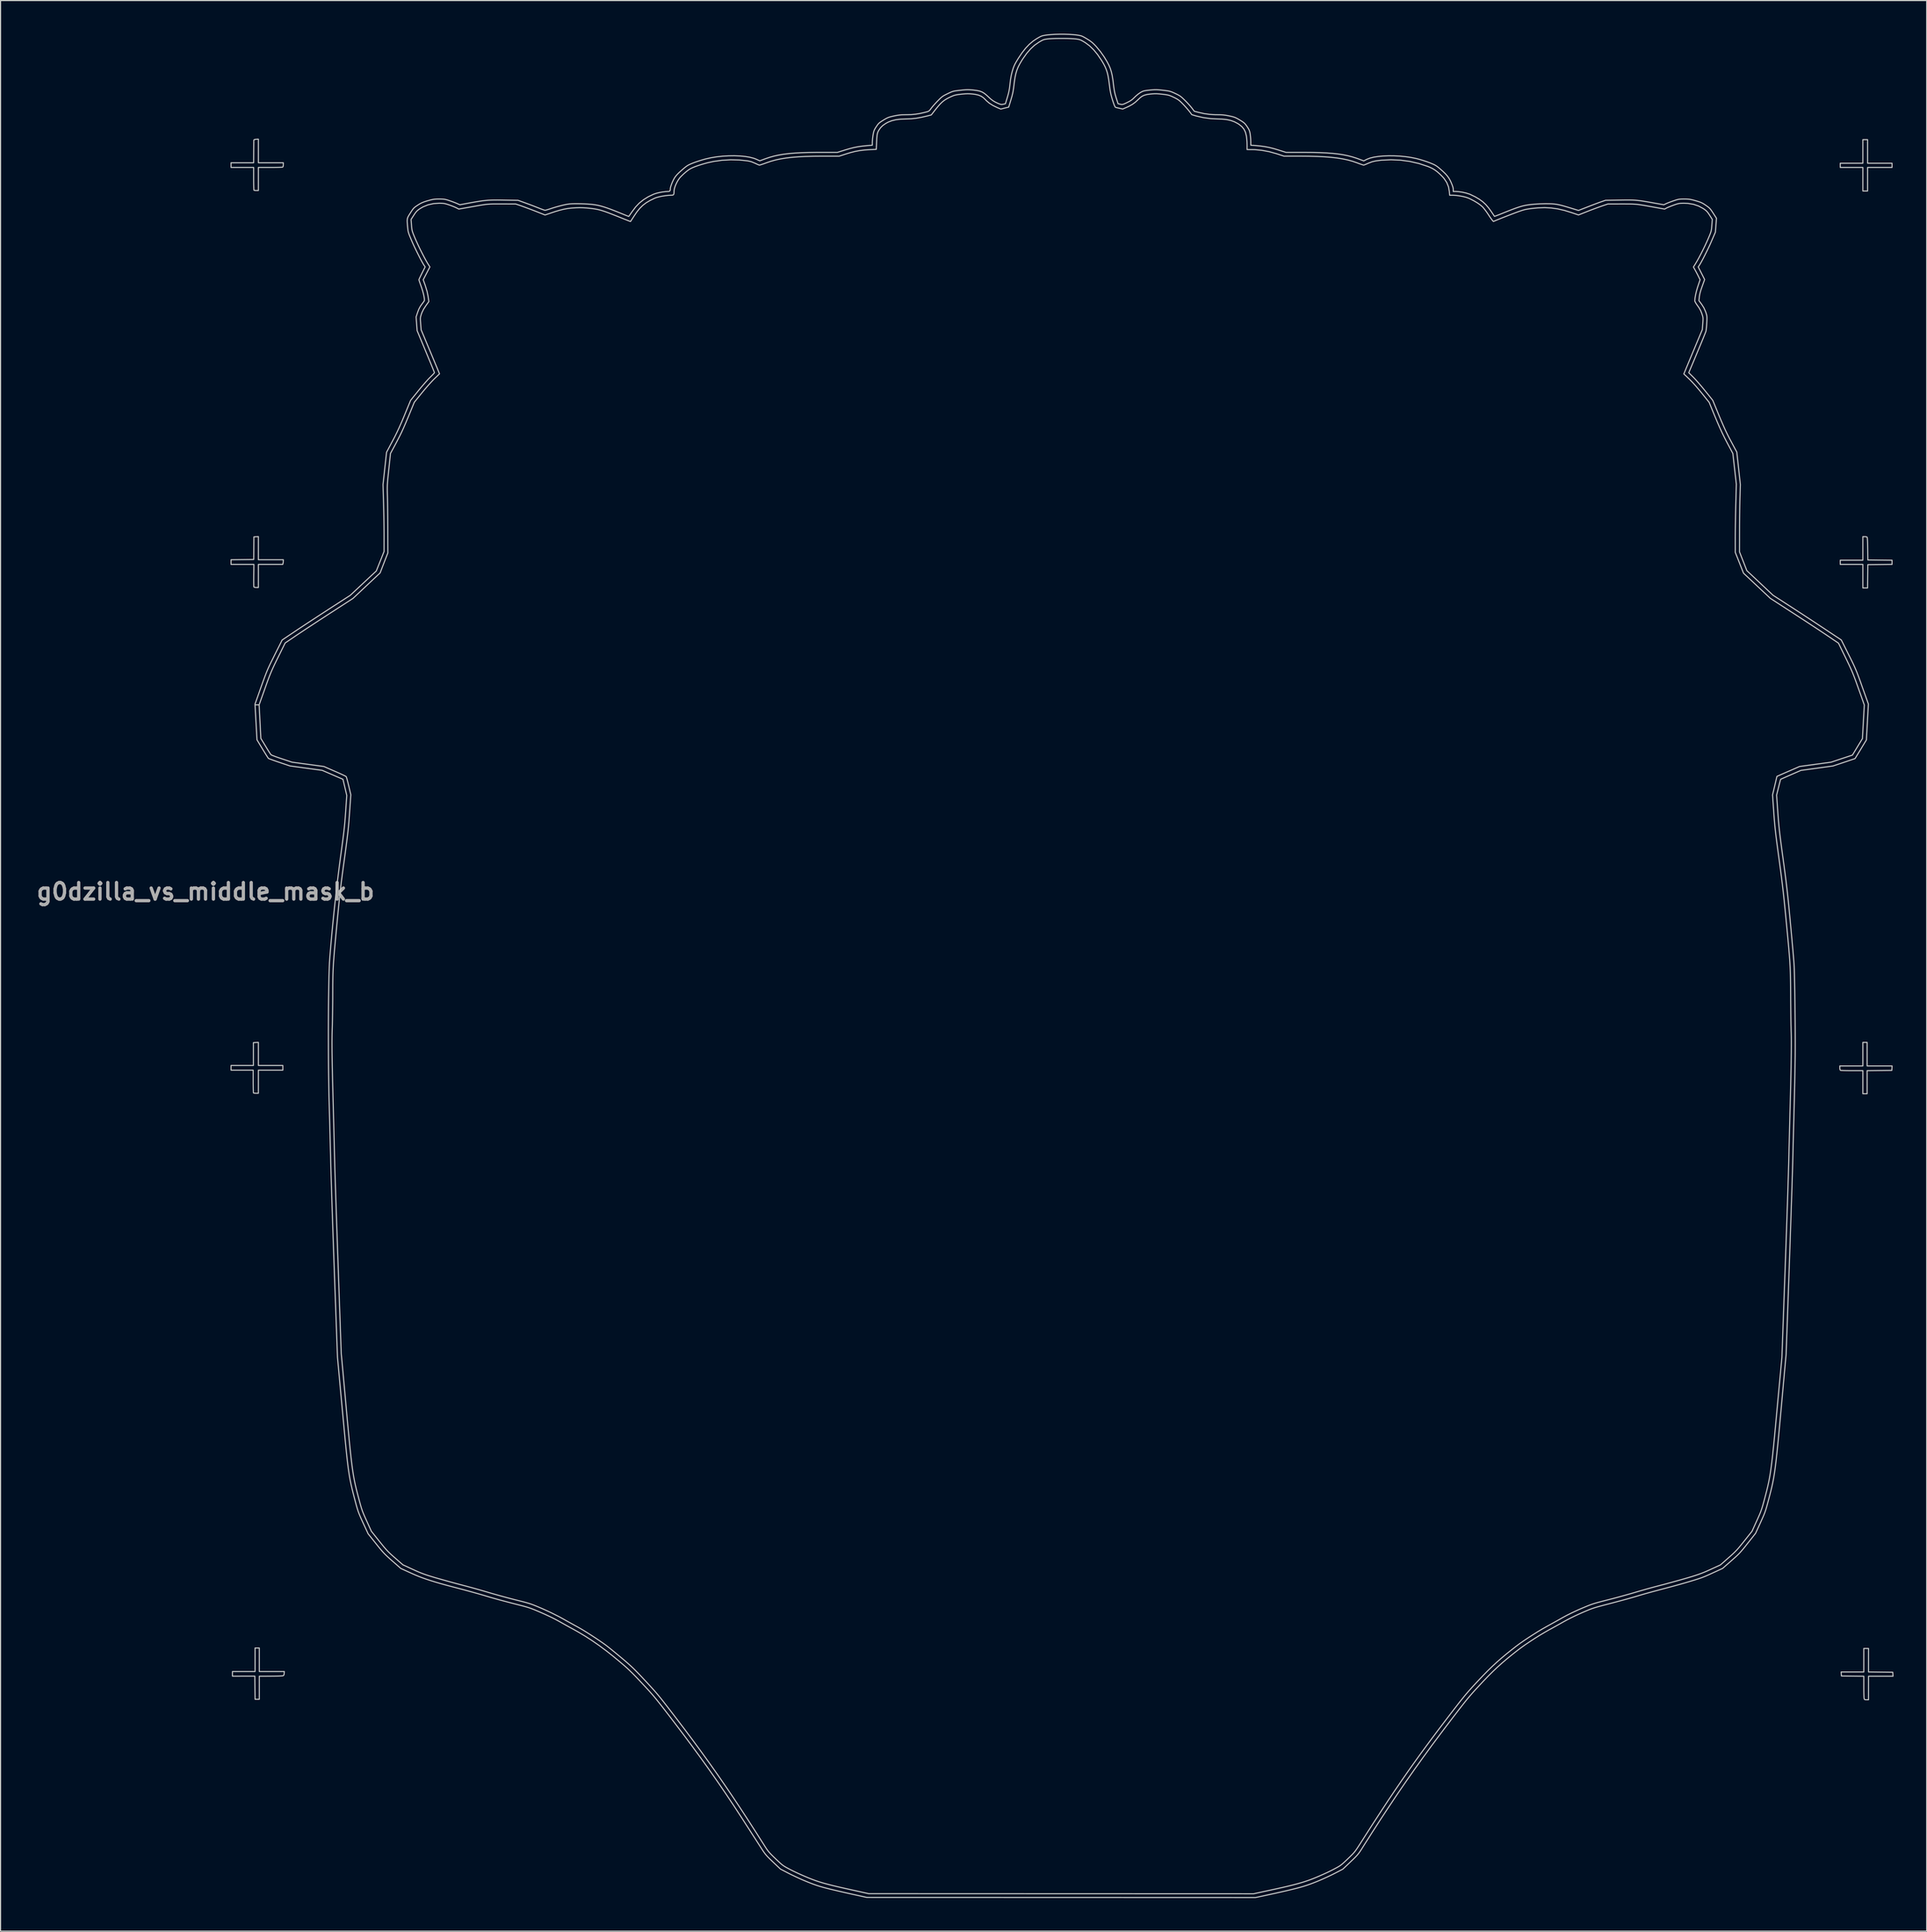
<source format=kicad_pcb>
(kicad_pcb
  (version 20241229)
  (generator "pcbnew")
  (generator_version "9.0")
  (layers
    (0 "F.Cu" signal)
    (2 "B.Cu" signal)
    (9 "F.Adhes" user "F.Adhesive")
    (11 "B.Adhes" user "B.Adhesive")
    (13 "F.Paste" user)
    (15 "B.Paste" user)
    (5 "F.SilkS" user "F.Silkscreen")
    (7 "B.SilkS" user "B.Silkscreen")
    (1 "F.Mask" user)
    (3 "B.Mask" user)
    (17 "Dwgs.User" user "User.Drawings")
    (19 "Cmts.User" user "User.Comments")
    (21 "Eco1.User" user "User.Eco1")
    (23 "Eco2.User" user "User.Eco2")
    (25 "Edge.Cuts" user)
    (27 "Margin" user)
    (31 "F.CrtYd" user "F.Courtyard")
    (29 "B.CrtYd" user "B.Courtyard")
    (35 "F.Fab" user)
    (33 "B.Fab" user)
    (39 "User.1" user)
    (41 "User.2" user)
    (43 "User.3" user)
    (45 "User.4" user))
  (footprint "g0dzilla_vs_middle_mask_b"
    (layer "F.Cu")
    (at 90.686 83.677)
    (property "Reference" "g0dzilla_vs_middle_mask_b" (at -75.1 -5.9 0) (layer "F.Fab") (effects (font (size 1.5 1.5) (thickness 0.3))))
    (attr board_only exclude_from_pos_files exclude_from_bom)
    (fp_poly (pts (xy -61.408 -26.518) (xy -61.403 -26.394) (xy -61.399 -26.201) (xy -61.396 -25.947) (xy -61.393 -25.639) (xy -61.391 -25.285) (xy -61.389 -24.894) (xy -61.388 -24.472) (xy -61.387 -24.027) (xy -61.387 -23.568) (xy -61.388 -23.103) (xy -61.388 -22.638) (xy -61.39 -22.182) (xy -61.391 -21.743) (xy -61.394 -21.328) (xy -61.396 -20.946) (xy -61.399 -20.604) (xy -61.403 -20.309) (xy -61.407 -20.07) (xy -61.411 -19.895) (xy -61.416 -19.791) (xy -61.42 -19.765) (xy -61.462 -19.792) (xy -61.555 -19.867) (xy -61.689 -19.981) (xy -61.853 -20.124) (xy -61.989 -20.245) (xy -62.33 -20.551) (xy -62.67 -20.855) (xy -63.002 -21.151) (xy -63.32 -21.435) (xy -63.619 -21.7) (xy -63.893 -21.942) (xy -64.134 -22.155) (xy -64.338 -22.334) (xy -64.498 -22.474) (xy -64.608 -22.568) (xy -64.662 -22.612) (xy -64.666 -22.615) (xy -64.706 -22.591) (xy -64.803 -22.514) (xy -64.949 -22.392) (xy -65.139 -22.229) (xy -65.366 -22.031) (xy -65.623 -21.804) (xy -65.903 -21.554) (xy -66.201 -21.286) (xy -66.321 -21.178) (xy -66.507 -21.01) (xy -66.713 -20.825) (xy -66.93 -20.633) (xy -67.148 -20.441) (xy -67.356 -20.257) (xy -67.546 -20.092) (xy -67.707 -19.952) (xy -67.83 -19.847) (xy -67.906 -19.785) (xy -67.924 -19.772) (xy -67.93 -19.812) (xy -67.935 -19.93) (xy -67.941 -20.123) (xy -67.945 -20.383) (xy -67.95 -20.706) (xy -67.953 -21.084) (xy -67.956 -21.513) (xy -67.959 -21.933) (xy -66.979 -21.933) (xy -66.546 -22.332) (xy -66.356 -22.508) (xy -66.161 -22.689) (xy -65.982 -22.857) (xy -65.843 -22.988) (xy -65.843 -22.988) (xy -65.658 -23.164) (xy -63.774 -23.164) (xy -63.53 -22.945) (xy -63.399 -22.827) (xy -63.228 -22.672) (xy -63.04 -22.503) (xy -62.881 -22.358) (xy -62.726 -22.219) (xy -62.593 -22.104) (xy -62.496 -22.023) (xy -62.446 -21.988) (xy -62.443 -21.987) (xy -62.435 -22.027) (xy -62.428 -22.142) (xy -62.421 -22.321) (xy -62.416 -22.552) (xy -62.413 -22.825) (xy -62.411 -23.129) (xy -62.411 -23.161) (xy -62.412 -23.508) (xy -62.413 -23.778) (xy -62.415 -23.981) (xy -62.42 -24.125) (xy -62.427 -24.22) (xy -62.438 -24.273) (xy -62.453 -24.295) (xy -62.472 -24.293) (xy -62.49 -24.282) (xy -62.546 -24.237) (xy -62.654 -24.145) (xy -62.803 -24.017) (xy -62.981 -23.862) (xy -63.171 -23.695) (xy -63.774 -23.164) (xy -65.658 -23.164) (xy -65.574 -23.244) (xy -66.244 -23.847) (xy -66.915 -24.449) (xy -66.941 -23.804) (xy -66.952 -23.506) (xy -66.962 -23.171) (xy -66.969 -22.838) (xy -66.973 -22.549) (xy -66.974 -22.546) (xy -66.979 -21.933) (xy -67.959 -21.933) (xy -67.959 -21.986) (xy -67.96 -22.497) (xy -67.961 -23.041) (xy -67.961 -23.182) (xy -67.961 -23.803) (xy -67.961 -24.344) (xy -67.96 -24.81) (xy -67.959 -25.207) (xy -67.957 -25.541) (xy -67.955 -25.815) (xy -67.952 -26.037) (xy -67.948 -26.211) (xy -67.942 -26.343) (xy -67.936 -26.438) (xy -67.928 -26.501) (xy -67.919 -26.538) (xy -67.909 -26.554) (xy -67.896 -26.554) (xy -67.886 -26.548) (xy -67.826 -26.498) (xy -67.718 -26.404) (xy -67.577 -26.281) (xy -67.427 -26.147) (xy -67.254 -25.992) (xy -67.083 -25.84) (xy -66.935 -25.71) (xy -66.848 -25.634) (xy -66.767 -25.562) (xy -66.632 -25.442) (xy -66.453 -25.283) (xy -66.24 -25.094) (xy -66.003 -24.883) (xy -65.752 -24.66) (xy -65.684 -24.6) (xy -65.441 -24.384) (xy -65.218 -24.188) (xy -65.023 -24.019) (xy -64.865 -23.883) (xy -64.75 -23.787) (xy -64.687 -23.739) (xy -64.679 -23.735) (xy -64.641 -23.763) (xy -64.546 -23.842) (xy -64.399 -23.967) (xy -64.207 -24.133) (xy -63.977 -24.335) (xy -63.713 -24.566) (xy -63.423 -24.823) (xy -63.113 -25.098) (xy -63.041 -25.163) (xy -62.727 -25.441) (xy -62.433 -25.7) (xy -62.165 -25.935) (xy -61.927 -26.141) (xy -61.728 -26.312) (xy -61.572 -26.443) (xy -61.466 -26.529) (xy -61.416 -26.564) (xy -61.413 -26.564)) (stroke (width 0) (type solid)) (fill yes) (layer "B.Mask"))
    (fp_poly (pts (xy 52.972 26.14) (xy 53.117 26.162) (xy 53.119 26.162) (xy 53.444 26.251) (xy 53.71 26.394) (xy 53.912 26.589) (xy 54.022 26.771) (xy 54.079 26.906) (xy 54.118 27.012) (xy 54.13 27.06) (xy 54.17 27.09) (xy 54.279 27.106) (xy 54.346 27.108) (xy 54.631 27.144) (xy 54.873 27.252) (xy 55.067 27.43) (xy 55.121 27.506) (xy 55.188 27.617) (xy 55.23 27.71) (xy 55.251 27.814) (xy 55.26 27.954) (xy 55.261 28.11) (xy 55.257 28.299) (xy 55.247 28.471) (xy 55.233 28.597) (xy 55.228 28.625) (xy 55.213 28.714) (xy 55.242 28.763) (xy 55.334 28.805) (xy 55.34 28.807) (xy 55.494 28.907) (xy 55.63 29.088) (xy 55.746 29.352) (xy 55.822 29.604) (xy 55.889 29.908) (xy 55.914 30.155) (xy 55.895 30.363) (xy 55.828 30.549) (xy 55.711 30.732) (xy 55.648 30.81) (xy 55.601 30.869) (xy 55.572 30.923) (xy 55.558 30.992) (xy 55.558 31.094) (xy 55.569 31.248) (xy 55.584 31.408) (xy 55.605 31.762) (xy 55.602 32.092) (xy 55.575 32.385) (xy 55.528 32.624) (xy 55.46 32.796) (xy 55.455 32.804) (xy 55.351 32.927) (xy 55.219 33.029) (xy 55.196 33.042) (xy 55.03 33.119) (xy 54.842 33.196) (xy 54.655 33.264) (xy 54.493 33.314) (xy 54.378 33.339) (xy 54.359 33.34) (xy 54.298 33.348) (xy 54.268 33.388) (xy 54.258 33.48) (xy 54.258 33.544) (xy 54.244 33.698) (xy 54.191 33.821) (xy 54.126 33.907) (xy 53.876 34.148) (xy 53.579 34.319) (xy 53.236 34.419) (xy 52.866 34.45) (xy 52.514 34.45) (xy 52.485 34.584) (xy 52.402 34.768) (xy 52.235 34.947) (xy 51.984 35.124) (xy 51.688 35.278) (xy 51.506 35.363) (xy 51.348 35.439) (xy 51.234 35.495) (xy 51.184 35.521) (xy 51.017 35.612) (xy 50.871 35.664) (xy 50.701 35.693) (xy 50.629 35.7) (xy 50.41 35.705) (xy 50.232 35.675) (xy 50.161 35.652) (xy 50.059 35.605) (xy 49.973 35.54) (xy 49.885 35.439) (xy 49.777 35.285) (xy 49.755 35.252) (xy 49.639 35.088) (xy 49.536 34.968) (xy 49.459 34.905) (xy 49.447 34.901) (xy 49.353 34.896) (xy 49.214 34.909) (xy 49.132 34.924) (xy 48.826 34.959) (xy 48.564 34.921) (xy 48.343 34.81) (xy 48.159 34.624) (xy 48.089 34.517) (xy 47.979 34.331) (xy 47.266 34.315) (xy 47.002 34.309) (xy 46.807 34.302) (xy 46.662 34.291) (xy 46.552 34.274) (xy 46.458 34.248) (xy 46.364 34.21) (xy 46.263 34.164) (xy 45.844 33.922) (xy 45.488 33.622) (xy 45.195 33.267) (xy 45.02 32.968) (xy 44.935 32.81) (xy 44.828 32.626) (xy 44.744 32.49) (xy 44.636 32.292) (xy 44.598 32.139) (xy 44.631 32.028) (xy 44.698 31.973) (xy 44.769 31.953) (xy 44.906 31.931) (xy 45.09 31.908) (xy 45.301 31.888) (xy 45.319 31.887) (xy 45.56 31.866) (xy 45.728 31.849) (xy 45.837 31.831) (xy 45.899 31.811) (xy 45.927 31.785) (xy 45.934 31.75) (xy 45.934 31.747) (xy 45.961 31.64) (xy 46.032 31.487) (xy 46.135 31.311) (xy 46.26 31.131) (xy 46.391 30.968) (xy 46.521 30.828) (xy 46.626 30.736) (xy 46.736 30.671) (xy 46.879 30.616) (xy 46.971 30.586) (xy 47.187 30.529) (xy 47.435 30.481) (xy 47.662 30.453) (xy 47.663 30.453) (xy 48.022 30.425) (xy 48.047 30.228) (xy 48.152 29.735) (xy 48.336 29.251) (xy 48.593 28.787) (xy 48.917 28.355) (xy 49.301 27.966) (xy 49.339 27.932) (xy 49.527 27.796) (xy 49.77 27.658) (xy 50.046 27.527) (xy 50.335 27.41) (xy 50.615 27.317) (xy 50.866 27.256) (xy 51.057 27.236) (xy 51.256 27.236) (xy 51.313 27) (xy 51.35 26.87) (xy 51.402 26.768) (xy 51.486 26.669) (xy 51.619 26.545) (xy 51.629 26.536) (xy 51.748 26.434) (xy 51.847 26.363) (xy 51.947 26.313) (xy 52.074 26.272) (xy 52.25 26.23) (xy 52.352 26.208) (xy 52.566 26.165) (xy 52.723 26.14) (xy 52.85 26.132)) (stroke (width 0) (type solid)) (fill yes) (layer "B.Mask"))
    (fp_poly (pts (xy 3.799 -13.027) (xy 4.231 -13.022) (xy 4.593 -13.015) (xy 4.903 -13.005) (xy 5.175 -12.989) (xy 5.426 -12.965) (xy 5.672 -12.932) (xy 5.93 -12.889) (xy 6.215 -12.833) (xy 6.543 -12.762) (xy 6.83 -12.698) (xy 7.052 -12.651) (xy 7.323 -12.596) (xy 7.609 -12.54) (xy 7.876 -12.49) (xy 8.157 -12.435) (xy 8.468 -12.368) (xy 8.771 -12.297) (xy 9.007 -12.236) (xy 9.275 -12.165) (xy 9.575 -12.089) (xy 9.867 -12.017) (xy 10.047 -11.974) (xy 10.554 -11.857) (xy 10.794 -11.526) (xy 10.924 -11.356) (xy 11.036 -11.235) (xy 11.158 -11.139) (xy 11.315 -11.044) (xy 11.362 -11.018) (xy 11.626 -10.847) (xy 11.813 -10.657) (xy 11.93 -10.439) (xy 11.985 -10.18) (xy 11.988 -10.14) (xy 11.992 -9.978) (xy 11.973 -9.86) (xy 11.922 -9.745) (xy 11.889 -9.689) (xy 11.838 -9.614) (xy 11.773 -9.544) (xy 11.683 -9.469) (xy 11.556 -9.381) (xy 11.38 -9.27) (xy 11.144 -9.129) (xy 11.085 -9.094) (xy 10.823 -8.942) (xy 10.614 -8.827) (xy 10.436 -8.738) (xy 10.269 -8.668) (xy 10.093 -8.605) (xy 9.887 -8.542) (xy 9.841 -8.529) (xy 9.285 -8.369) (xy 8.431 -8.412) (xy 7.928 -8.44) (xy 7.358 -8.475) (xy 6.742 -8.516) (xy 6.098 -8.563) (xy 5.518 -8.607) (xy 5.336 -8.618) (xy 5.225 -8.616) (xy 5.173 -8.6) (xy 5.165 -8.581) (xy 5.144 -8.52) (xy 5.089 -8.41) (xy 5.012 -8.276) (xy 5.012 -8.275) (xy 4.856 -7.947) (xy 4.767 -7.582) (xy 4.743 -7.209) (xy 4.737 -7.034) (xy 4.722 -6.807) (xy 4.699 -6.562) (xy 4.678 -6.382) (xy 4.65 -6.106) (xy 4.629 -5.769) (xy 4.615 -5.394) (xy 4.611 -5.03) (xy 4.61 -4.191) (xy 4.395 -4.144) (xy 4.271 -4.128) (xy 4.08 -4.116) (xy 3.843 -4.109) (xy 3.577 -4.105) (xy 3.301 -4.106) (xy 3.035 -4.111) (xy 2.798 -4.12) (xy 2.609 -4.134) (xy 2.56 -4.14) (xy 2.363 -4.175) (xy 2.22 -4.231) (xy 2.103 -4.321) (xy 2.032 -4.399) (xy 1.975 -4.476) (xy 1.942 -4.556) (xy 1.926 -4.664) (xy 1.921 -4.825) (xy 1.921 -4.87) (xy 1.915 -5.042) (xy 1.899 -5.186) (xy 1.877 -5.278) (xy 1.872 -5.287) (xy 1.847 -5.388) (xy 1.868 -5.444) (xy 1.886 -5.52) (xy 1.846 -5.611) (xy 1.824 -5.642) (xy 1.769 -5.731) (xy 1.759 -5.814) (xy 1.786 -5.927) (xy 1.816 -6.078) (xy 1.832 -6.261) (xy 1.833 -6.447) (xy 1.818 -6.606) (xy 1.79 -6.708) (xy 1.767 -6.8) (xy 1.793 -6.851) (xy 1.817 -6.919) (xy 1.786 -7.016) (xy 1.78 -7.03) (xy 1.727 -7.179) (xy 1.693 -7.365) (xy 1.682 -7.553) (xy 1.696 -7.708) (xy 1.707 -7.748) (xy 1.728 -7.865) (xy 1.713 -7.978) (xy 1.669 -8.062) (xy 1.606 -8.093) (xy 1.584 -8.088) (xy 1.425 -8.052) (xy 1.204 -8.037) (xy 0.942 -8.043) (xy 0.659 -8.072) (xy 0.457 -8.104) (xy 0.243 -8.138) (xy -0.029 -8.17) (xy -0.343 -8.199) (xy -0.683 -8.224) (xy -1.034 -8.244) (xy -1.381 -8.26) (xy -1.708 -8.269) (xy -2 -8.272) (xy -2.241 -8.267) (xy -2.416 -8.254) (xy -2.445 -8.25) (xy -2.581 -8.23) (xy -2.693 -8.225) (xy -2.807 -8.238) (xy -2.949 -8.271) (xy -3.146 -8.328) (xy -3.373 -8.389) (xy -3.619 -8.444) (xy -3.841 -8.485) (xy -3.91 -8.495) (xy -4.204 -8.553) (xy -4.514 -8.66) (xy -4.851 -8.82) (xy -5.209 -9.026) (xy -5.358 -9.115) (xy -5.483 -9.182) (xy -5.565 -9.218) (xy -5.58 -9.221) (xy -5.613 -9.26) (xy -5.631 -9.363) (xy -5.634 -9.513) (xy -5.621 -9.69) (xy -5.594 -9.875) (xy -5.577 -9.951) (xy -5.472 -10.246) (xy -5.297 -10.556) (xy -5.062 -10.865) (xy -4.777 -11.16) (xy -4.646 -11.276) (xy -4.533 -11.361) (xy -4.413 -11.429) (xy -4.263 -11.488) (xy -4.059 -11.55) (xy -3.981 -11.571) (xy -3.532 -11.723) (xy -3.07 -11.935) (xy -2.625 -12.192) (xy -2.3 -12.422) (xy -1.967 -12.679) (xy -1.487 -12.749) (xy -1.316 -12.773) (xy -1.17 -12.789) (xy -1.031 -12.797) (xy -0.881 -12.797) (xy -0.702 -12.789) (xy -0.476 -12.773) (xy -0.185 -12.749) (xy -0.138 -12.745) (xy 0.731 -12.671) (xy 1.059 -12.798) (xy 1.234 -12.859) (xy 1.421 -12.909) (xy 1.63 -12.949) (xy 1.87 -12.981) (xy 2.15 -13.003) (xy 2.48 -13.018) (xy 2.867 -13.027) (xy 3.323 -13.029)) (stroke (width 0) (type solid)) (fill yes) (layer "B.Mask"))
    (fp_poly (pts (xy -49.662 26.291) (xy -49.358 26.384) (xy -49.28 26.413) (xy -49.072 26.496) (xy -48.916 26.572) (xy -48.783 26.66) (xy -48.643 26.779) (xy -48.551 26.864) (xy -48.4 27.014) (xy -48.297 27.133) (xy -48.226 27.246) (xy -48.171 27.377) (xy -48.151 27.436) (xy -48.098 27.62) (xy -48.077 27.779) (xy -48.082 27.96) (xy -48.087 28.013) (xy -48.117 28.311) (xy -47.996 28.288) (xy -47.896 28.273) (xy -47.741 28.256) (xy -47.563 28.24) (xy -47.534 28.238) (xy -47.362 28.226) (xy -47.253 28.226) (xy -47.183 28.243) (xy -47.129 28.28) (xy -47.093 28.317) (xy -46.994 28.423) (xy -47.421 28.779) (xy -47.849 29.135) (xy -47.688 29.436) (xy -47.62 29.567) (xy -47.573 29.676) (xy -47.541 29.785) (xy -47.521 29.918) (xy -47.506 30.097) (xy -47.495 30.268) (xy -47.48 30.505) (xy -47.463 30.741) (xy -47.447 30.947) (xy -47.435 31.078) (xy -47.406 31.355) (xy -47.257 31.11) (xy -47.179 30.986) (xy -47.117 30.898) (xy -47.084 30.864) (xy -47.058 30.9) (xy -46.997 31.001) (xy -46.906 31.157) (xy -46.793 31.358) (xy -46.663 31.593) (xy -46.553 31.793) (xy -46.414 32.049) (xy -46.288 32.279) (xy -46.182 32.473) (xy -46.101 32.62) (xy -46.051 32.711) (xy -46.036 32.736) (xy -45.997 32.724) (xy -45.908 32.679) (xy -45.834 32.638) (xy -45.643 32.526) (xy -45.345 33.029) (xy -45.228 33.221) (xy -45.12 33.39) (xy -45.031 33.522) (xy -44.971 33.599) (xy -44.964 33.607) (xy -44.911 33.648) (xy -44.857 33.66) (xy -44.775 33.643) (xy -44.649 33.6) (xy -44.482 33.533) (xy -44.292 33.444) (xy -44.162 33.376) (xy -43.906 33.233) (xy -43.218 33.234) (xy -42.96 33.235) (xy -42.772 33.238) (xy -42.639 33.246) (xy -42.545 33.26) (xy -42.474 33.282) (xy -42.412 33.315) (xy -42.363 33.346) (xy -42.173 33.493) (xy -41.961 33.691) (xy -41.751 33.916) (xy -41.565 34.146) (xy -41.494 34.245) (xy -41.387 34.395) (xy -41.308 34.481) (xy -41.247 34.513) (xy -41.216 34.513) (xy -41.14 34.502) (xy -41.001 34.485) (xy -40.819 34.464) (xy -40.653 34.446) (xy -40.176 34.397) (xy -39.439 33.956) (xy -39.214 33.822) (xy -39.016 33.707) (xy -38.855 33.616) (xy -38.742 33.555) (xy -38.688 33.53) (xy -38.685 33.53) (xy -38.698 33.572) (xy -38.744 33.672) (xy -38.816 33.816) (xy -38.894 33.963) (xy -38.978 34.126) (xy -39.037 34.255) (xy -39.064 34.335) (xy -39.058 34.355) (xy -38.994 34.328) (xy -38.873 34.274) (xy -38.713 34.203) (xy -38.597 34.151) (xy -38.385 34.061) (xy -38.231 34.01) (xy -38.122 33.993) (xy -38.071 33.997) (xy -38.019 34.001) (xy -37.958 33.987) (xy -37.878 33.95) (xy -37.766 33.883) (xy -37.614 33.78) (xy -37.409 33.636) (xy -37.275 33.539) (xy -37.058 33.383) (xy -36.856 33.239) (xy -36.683 33.117) (xy -36.553 33.026) (xy -36.478 32.975) (xy -36.478 32.975) (xy -36.395 32.924) (xy -36.373 32.918) (xy -36.401 32.959) (xy -36.414 32.975) (xy -36.461 33.031) (xy -36.555 33.139) (xy -36.687 33.289) (xy -36.848 33.472) (xy -37.029 33.675) (xy -37.089 33.743) (xy -37.291 33.97) (xy -37.44 34.142) (xy -37.543 34.266) (xy -37.605 34.35) (xy -37.632 34.403) (xy -37.629 34.43) (xy -37.602 34.441) (xy -37.602 34.441) (xy -37.466 34.458) (xy -37.383 34.478) (xy -37.353 34.512) (xy -37.38 34.569) (xy -37.464 34.661) (xy -37.607 34.798) (xy -37.673 34.859) (xy -38.057 35.218) (xy -37.953 35.299) (xy -37.849 35.381) (xy -37.966 35.534) (xy -38.083 35.688) (xy -37.942 35.685) (xy -37.83 35.68) (xy -37.666 35.668) (xy -37.485 35.653) (xy -37.47 35.652) (xy -37.315 35.64) (xy -37.199 35.635) (xy -37.142 35.639) (xy -37.139 35.641) (xy -37.165 35.68) (xy -37.234 35.766) (xy -37.332 35.881) (xy -37.351 35.904) (xy -37.563 36.148) (xy -37.298 36.131) (xy -37.139 36.122) (xy -36.922 36.111) (xy -36.662 36.1) (xy -36.373 36.087) (xy -36.07 36.075) (xy -35.768 36.063) (xy -35.481 36.052) (xy -35.225 36.043) (xy -35.013 36.036) (xy -34.86 36.032) (xy -34.791 36.032) (xy -34.599 36.034) (xy -34.916 36.196) (xy -35.232 36.358) (xy -35.092 36.386) (xy -34.974 36.401) (xy -34.81 36.413) (xy -34.669 36.418) (xy -34.479 36.424) (xy -34.286 36.439) (xy -34.173 36.451) (xy -34.099 36.463) (xy -34.058 36.474) (xy -34.058 36.489) (xy -34.107 36.51) (xy -34.213 36.541) (xy -34.384 36.585) (xy -34.628 36.646) (xy -34.694 36.662) (xy -34.998 36.739) (xy -35.234 36.807) (xy -35.419 36.869) (xy -35.568 36.933) (xy -35.695 37.001) (xy -35.961 37.16) (xy -35.65 37.22) (xy -35.487 37.256) (xy -35.401 37.289) (xy -35.396 37.315) (xy -35.456 37.341) (xy -35.579 37.39) (xy -35.751 37.453) (xy -35.954 37.526) (xy -36.019 37.549) (xy -36.222 37.623) (xy -36.393 37.689) (xy -36.517 37.742) (xy -36.58 37.775) (xy -36.585 37.781) (xy -36.547 37.809) (xy -36.455 37.837) (xy -36.43 37.842) (xy -36.339 37.869) (xy -36.308 37.9) (xy -36.312 37.907) (xy -36.364 37.937) (xy -36.477 37.994) (xy -36.637 38.069) (xy -36.827 38.155) (xy -36.852 38.166) (xy -37.061 38.261) (xy -37.2 38.33) (xy -37.281 38.38) (xy -37.313 38.417) (xy -37.305 38.448) (xy -37.304 38.448) (xy -37.28 38.511) (xy -37.319 38.56) (xy -37.37 38.599) (xy -37.479 38.682) (xy -37.636 38.802) (xy -37.832 38.951) (xy -38.057 39.121) (xy -38.273 39.285) (xy -38.544 39.488) (xy -38.755 39.646) (xy -38.918 39.764) (xy -39.042 39.848) (xy -39.136 39.903) (xy -39.209 39.936) (xy -39.271 39.951) (xy -39.332 39.957) (xy -39.362 39.957) (xy -39.515 39.962) (xy -39.653 39.976) (xy -39.687 39.982) (xy -39.764 39.988) (xy -39.829 39.961) (xy -39.903 39.887) (xy -39.968 39.806) (xy -40.078 39.634) (xy -40.166 39.438) (xy -40.19 39.365) (xy -40.311 39.021) (xy -40.49 38.68) (xy -40.732 38.336) (xy -41.04 37.983) (xy -41.42 37.616) (xy -41.876 37.229) (xy -41.931 37.184) (xy -42.333 36.873) (xy -42.687 36.618) (xy -43.006 36.414) (xy -43.3 36.253) (xy -43.58 36.13) (xy -43.857 36.038) (xy -44.003 36.001) (xy -44.198 35.958) (xy -44.353 35.931) (xy -44.495 35.919) (xy -44.653 35.921) (xy -44.855 35.934) (xy -44.963 35.942) (xy -45.18 35.965) (xy -45.455 35.999) (xy -45.763 36.043) (xy -46.078 36.091) (xy -46.318 36.132) (xy -46.616 36.185) (xy -46.847 36.231) (xy -47.031 36.273) (xy -47.183 36.317) (xy -47.323 36.367) (xy -47.468 36.429) (xy -47.577 36.48) (xy -47.792 36.59) (xy -48.041 36.731) (xy -48.29 36.883) (xy -48.462 36.995) (xy -48.92 37.308) (xy -49.259 36.85) (xy -49.456 36.601) (xy -49.682 36.343) (xy -49.908 36.11) (xy -49.99 36.033) (xy -50.144 35.887) (xy -50.315 35.717) (xy -50.491 35.536) (xy -50.663 35.354) (xy -50.819 35.183) (xy -50.951 35.033) (xy -51.046 34.917) (xy -51.095 34.846) (xy -51.099 34.832) (xy -51.06 34.809) (xy -50.962 34.79) (xy -50.887 34.783) (xy -50.675 34.77) (xy -51.058 34.306) (xy -51.195 34.138) (xy -51.31 33.995) (xy -51.394 33.889) (xy -51.437 33.833) (xy -51.44 33.827) (xy -51.404 33.824) (xy -51.316 33.837) (xy -51.312 33.837) (xy -51.223 33.847) (xy -51.184 33.836) (xy -51.184 33.835) (xy -51.21 33.793) (xy -51.282 33.7) (xy -51.388 33.57) (xy -51.518 33.416) (xy -51.526 33.407) (xy -51.657 33.252) (xy -51.764 33.121) (xy -51.838 33.026) (xy -51.867 32.982) (xy -51.867 32.982) (xy -51.83 32.964) (xy -51.74 32.956) (xy -51.736 32.956) (xy -51.605 32.956) (xy -51.928 32.587) (xy -52.056 32.438) (xy -52.16 32.312) (xy -52.229 32.223) (xy -52.251 32.185) (xy -52.216 32.172) (xy -52.128 32.183) (xy -52.113 32.187) (xy -51.929 32.233) (xy -51.822 32.252) (xy -51.788 32.239) (xy -51.825 32.186) (xy -51.928 32.086) (xy -52.029 31.993) (xy -52.159 31.871) (xy -52.259 31.772) (xy -52.317 31.709) (xy -52.326 31.692) (xy -52.281 31.698) (xy -52.181 31.728) (xy -52.088 31.762) (xy -51.957 31.808) (xy -51.857 31.839) (xy -51.821 31.846) (xy -51.797 31.807) (xy -51.795 31.689) (xy -51.805 31.568) (xy -51.813 31.333) (xy -51.774 31.143) (xy -51.679 30.969) (xy -51.603 30.873) (xy -51.508 30.731) (xy -51.471 30.583) (xy -51.491 30.409) (xy -51.569 30.19) (xy -51.572 30.182) (xy -51.646 30.041) (xy -51.73 29.956) (xy -51.82 29.91) (xy -51.947 29.831) (xy -52.068 29.71) (xy -52.162 29.573) (xy -52.207 29.448) (xy -52.209 29.427) (xy -52.234 29.332) (xy -52.295 29.23) (xy -52.353 29.124) (xy -52.404 28.976) (xy -52.424 28.893) (xy -52.443 28.739) (xy -52.438 28.583) (xy -52.406 28.408) (xy -52.342 28.198) (xy -52.243 27.937) (xy -52.183 27.79) (xy -52.098 27.593) (xy -52.025 27.445) (xy -51.946 27.322) (xy -51.846 27.2) (xy -51.707 27.056) (xy -51.622 26.971) (xy -51.459 26.811) (xy -51.331 26.698) (xy -51.216 26.615) (xy -51.09 26.547) (xy -50.93 26.478) (xy -50.8 26.427) (xy -50.476 26.317) (xy -50.196 26.257) (xy -49.933 26.249)) (stroke (width 0) (type solid)) (fill yes) (layer "B.Mask"))
    (fp_poly (pts (xy 69.348 -28.179) (xy 69.824 -28.133) (xy 70.287 -28.002) (xy 70.693 -27.812) (xy 70.804 -27.75) (xy 70.933 -27.677) (xy 70.949 -27.668) (xy 71.063 -27.594) (xy 71.205 -27.489) (xy 71.316 -27.399) (xy 71.466 -27.273) (xy 71.622 -27.142) (xy 71.716 -27.065) (xy 71.838 -26.946) (xy 71.943 -26.815) (xy 71.979 -26.756) (xy 72.04 -26.659) (xy 72.095 -26.609) (xy 72.11 -26.606) (xy 72.165 -26.581) (xy 72.205 -26.529) (xy 72.256 -26.459) (xy 72.351 -26.351) (xy 72.473 -26.223) (xy 72.518 -26.179) (xy 72.639 -26.052) (xy 72.731 -25.939) (xy 72.781 -25.858) (xy 72.786 -25.84) (xy 72.804 -25.757) (xy 72.848 -25.634) (xy 72.875 -25.571) (xy 72.987 -25.308) (xy 73.077 -25.059) (xy 73.139 -24.842) (xy 73.168 -24.677) (xy 73.169 -24.648) (xy 73.177 -24.524) (xy 73.199 -24.351) (xy 73.23 -24.166) (xy 73.233 -24.149) (xy 73.275 -23.774) (xy 73.272 -23.331) (xy 73.223 -22.824) (xy 73.212 -22.742) (xy 73.149 -22.451) (xy 73.043 -22.193) (xy 73.017 -22.144) (xy 72.932 -21.989) (xy 72.856 -21.844) (xy 72.808 -21.747) (xy 72.746 -21.638) (xy 72.681 -21.561) (xy 72.681 -21.56) (xy 72.625 -21.49) (xy 72.614 -21.451) (xy 72.592 -21.391) (xy 72.533 -21.283) (xy 72.45 -21.151) (xy 72.443 -21.141) (xy 72.359 -21.01) (xy 72.298 -20.904) (xy 72.273 -20.845) (xy 72.273 -20.843) (xy 72.24 -20.795) (xy 72.156 -20.716) (xy 72.04 -20.622) (xy 71.911 -20.527) (xy 71.79 -20.447) (xy 71.71 -20.404) (xy 71.61 -20.331) (xy 71.499 -20.21) (xy 71.399 -20.071) (xy 71.336 -19.946) (xy 71.327 -19.914) (xy 71.286 -19.849) (xy 71.186 -19.826) (xy 71.18 -19.826) (xy 71.048 -19.8) (xy 70.948 -19.752) (xy 70.832 -19.701) (xy 70.696 -19.68) (xy 70.694 -19.68) (xy 70.543 -19.662) (xy 70.38 -19.616) (xy 70.233 -19.552) (xy 70.127 -19.481) (xy 70.091 -19.433) (xy 70.039 -19.343) (xy 69.984 -19.314) (xy 69.943 -19.353) (xy 69.874 -19.417) (xy 69.722 -19.466) (xy 69.569 -19.492) (xy 69.311 -19.555) (xy 69 -19.685) (xy 68.687 -19.85) (xy 68.258 -20.054) (xy 67.948 -20.152) (xy 67.758 -20.207) (xy 67.583 -20.27) (xy 67.451 -20.33) (xy 67.423 -20.347) (xy 67.321 -20.41) (xy 67.246 -20.445) (xy 67.232 -20.448) (xy 67.182 -20.482) (xy 67.165 -20.512) (xy 67.107 -20.566) (xy 67.06 -20.576) (xy 67.026 -20.57) (xy 67.003 -20.542) (xy 66.989 -20.479) (xy 66.982 -20.366) (xy 66.979 -20.189) (xy 66.979 -20.066) (xy 66.972 -19.782) (xy 66.951 -19.564) (xy 66.918 -19.417) (xy 66.873 -19.344) (xy 66.819 -19.35) (xy 66.769 -19.413) (xy 66.735 -19.459) (xy 66.723 -19.43) (xy 66.722 -19.424) (xy 66.703 -19.341) (xy 66.661 -19.232) (xy 66.661 -19.231) (xy 66.602 -19.103) (xy 66.598 -19.281) (xy 66.59 -19.411) (xy 66.574 -19.51) (xy 66.569 -19.527) (xy 66.531 -19.575) (xy 66.494 -19.552) (xy 66.468 -19.469) (xy 66.463 -19.41) (xy 66.46 -19.274) (xy 66.392 -19.424) (xy 66.347 -19.512) (xy 66.322 -19.528) (xy 66.308 -19.488) (xy 66.283 -19.384) (xy 66.27 -19.339) (xy 66.241 -19.301) (xy 66.211 -19.332) (xy 66.185 -19.418) (xy 66.17 -19.543) (xy 66.169 -19.602) (xy 66.153 -19.752) (xy 66.114 -19.854) (xy 66.104 -19.866) (xy 66.061 -19.95) (xy 66.04 -20.071) (xy 66.04 -20.085) (xy 66.032 -20.189) (xy 66.001 -20.227) (xy 65.965 -20.227) (xy 65.912 -20.188) (xy 65.883 -20.089) (xy 65.877 -20.031) (xy 65.853 -19.901) (xy 65.812 -19.845) (xy 65.765 -19.858) (xy 65.725 -19.933) (xy 65.701 -20.065) (xy 65.698 -20.129) (xy 65.679 -20.247) (xy 65.668 -20.256) (xy 65.784 -20.256) (xy 65.805 -20.235) (xy 65.827 -20.256) (xy 65.805 -20.277) (xy 65.784 -20.256) (xy 65.668 -20.256) (xy 65.624 -20.296) (xy 65.541 -20.361) (xy 65.484 -20.475) (xy 65.468 -20.601) (xy 65.473 -20.63) (xy 65.496 -20.726) (xy 65.4 -20.633) (xy 65.347 -20.571) (xy 65.318 -20.492) (xy 65.305 -20.373) (xy 65.303 -20.239) (xy 65.301 -20.09) (xy 65.294 -19.982) (xy 65.286 -19.936) (xy 65.285 -19.936) (xy 65.253 -19.973) (xy 65.212 -20.064) (xy 65.172 -20.182) (xy 65.143 -20.298) (xy 65.135 -20.373) (xy 65.124 -20.458) (xy 65.095 -20.491) (xy 65.074 -20.531) (xy 65.06 -20.639) (xy 65.057 -20.79) (xy 65.272 -20.79) (xy 65.287 -20.754) (xy 65.3 -20.761) (xy 65.305 -20.812) (xy 65.3 -20.818) (xy 65.275 -20.812) (xy 65.272 -20.79) (xy 65.057 -20.79) (xy 65.056 -20.798) (xy 65.056 -20.8) (xy 65.056 -20.939) (xy 65.186 -20.939) (xy 65.208 -20.918) (xy 65.229 -20.939) (xy 65.208 -20.96) (xy 65.186 -20.939) (xy 65.056 -20.939) (xy 65.056 -21.016) (xy 65.048 -21.164) (xy 65.029 -21.264) (xy 64.997 -21.334) (xy 64.977 -21.361) (xy 64.946 -21.433) (xy 64.914 -21.565) (xy 64.885 -21.732) (xy 64.879 -21.781) (xy 64.854 -21.951) (xy 64.827 -22.09) (xy 64.801 -22.175) (xy 64.794 -22.186) (xy 64.773 -22.261) (xy 64.776 -22.379) (xy 64.78 -22.406) (xy 64.788 -22.481) (xy 64.787 -22.566) (xy 64.774 -22.674) (xy 64.748 -22.818) (xy 64.705 -23.011) (xy 64.643 -23.267) (xy 64.601 -23.436) (xy 64.565 -23.616) (xy 64.532 -23.838) (xy 64.509 -24.059) (xy 64.507 -24.095) (xy 64.482 -24.476) (xy 64.248 -24.529) (xy 64.064 -24.557) (xy 63.947 -24.545) (xy 63.935 -24.539) (xy 63.854 -24.513) (xy 63.833 -24.546) (xy 63.868 -24.624) (xy 63.891 -24.723) (xy 63.844 -24.805) (xy 63.744 -24.844) (xy 63.727 -24.845) (xy 63.621 -24.865) (xy 63.557 -24.892) (xy 63.506 -24.925) (xy 63.51 -24.956) (xy 63.578 -25.005) (xy 63.613 -25.027) (xy 63.754 -25.1) (xy 63.91 -25.163) (xy 63.927 -25.168) (xy 64.081 -25.22) (xy 64.232 -25.278) (xy 64.247 -25.284) (xy 64.352 -25.313) (xy 64.517 -25.34) (xy 64.716 -25.363) (xy 64.861 -25.375) (xy 65.096 -25.395) (xy 65.342 -25.427) (xy 65.56 -25.464) (xy 65.65 -25.484) (xy 65.889 -25.544) (xy 66.066 -25.587) (xy 66.2 -25.617) (xy 66.313 -25.639) (xy 66.424 -25.656) (xy 66.554 -25.672) (xy 66.724 -25.692) (xy 66.744 -25.694) (xy 66.958 -25.725) (xy 67.178 -25.766) (xy 67.362 -25.811) (xy 67.392 -25.82) (xy 67.585 -25.865) (xy 67.754 -25.877) (xy 67.881 -25.856) (xy 67.947 -25.803) (xy 67.95 -25.797) (xy 67.925 -25.75) (xy 67.845 -25.677) (xy 67.739 -25.602) (xy 67.61 -25.514) (xy 67.504 -25.432) (xy 67.454 -25.386) (xy 67.427 -25.344) (xy 67.447 -25.328) (xy 67.53 -25.334) (xy 67.591 -25.342) (xy 67.747 -25.353) (xy 67.856 -25.34) (xy 67.903 -25.308) (xy 67.886 -25.265) (xy 67.86 -25.201) (xy 67.899 -25.149) (xy 67.979 -25.122) (xy 68.079 -25.135) (xy 68.08 -25.136) (xy 68.267 -25.196) (xy 68.389 -25.21) (xy 68.452 -25.178) (xy 68.457 -25.166) (xy 68.504 -25.109) (xy 68.528 -25.101) (xy 68.613 -25.079) (xy 68.739 -25.024) (xy 68.879 -24.949) (xy 69.006 -24.87) (xy 69.074 -24.816) (xy 69.206 -24.737) (xy 69.309 -24.718) (xy 69.579 -24.721) (xy 69.766 -24.713) (xy 69.875 -24.693) (xy 69.897 -24.681) (xy 69.97 -24.645) (xy 70.083 -24.61) (xy 70.095 -24.607) (xy 70.245 -24.573) (xy 70.031 -24.539) (xy 69.824 -24.522) (xy 69.649 -24.538) (xy 69.527 -24.585) (xy 69.498 -24.61) (xy 69.433 -24.642) (xy 69.351 -24.639) (xy 69.292 -24.607) (xy 69.284 -24.583) (xy 69.308 -24.546) (xy 69.387 -24.505) (xy 69.529 -24.458) (xy 69.745 -24.401) (xy 69.775 -24.393) (xy 70 -24.326) (xy 70.145 -24.253) (xy 70.215 -24.173) (xy 70.224 -24.129) (xy 70.208 -24.093) (xy 70.147 -24.081) (xy 70.024 -24.092) (xy 70.009 -24.094) (xy 69.773 -24.108) (xy 69.599 -24.079) (xy 69.493 -24.009) (xy 69.474 -23.977) (xy 69.45 -23.931) (xy 69.416 -23.906) (xy 69.353 -23.899) (xy 69.243 -23.908) (xy 69.068 -23.932) (xy 69.055 -23.934) (xy 68.885 -23.937) (xy 68.687 -23.897) (xy 68.445 -23.809) (xy 68.281 -23.736) (xy 68.154 -23.67) (xy 68.087 -23.62) (xy 68.089 -23.596) (xy 68.175 -23.569) (xy 68.281 -23.537) (xy 68.391 -23.473) (xy 68.423 -23.402) (xy 68.478 -23.294) (xy 68.599 -23.207) (xy 68.729 -23.164) (xy 68.846 -23.136) (xy 68.98 -23.099) (xy 68.986 -23.097) (xy 69.115 -23.076) (xy 69.302 -23.075) (xy 69.56 -23.095) (xy 69.566 -23.095) (xy 69.915 -23.117) (xy 70.212 -23.107) (xy 70.281 -23.099) (xy 70.448 -23.083) (xy 70.598 -23.082) (xy 70.687 -23.093) (xy 70.782 -23.127) (xy 70.885 -23.172) (xy 70.973 -23.218) (xy 71.024 -23.252) (xy 71.022 -23.264) (xy 71.023 -23.295) (xy 71.067 -23.37) (xy 71.092 -23.404) (xy 71.17 -23.536) (xy 71.224 -23.676) (xy 71.228 -23.692) (xy 71.263 -23.804) (xy 71.308 -23.88) (xy 71.312 -23.884) (xy 71.385 -23.989) (xy 71.443 -24.173) (xy 71.488 -24.43) (xy 71.517 -24.755) (xy 71.521 -24.851) (xy 71.528 -25.168) (xy 71.515 -25.428) (xy 71.475 -25.657) (xy 71.405 -25.882) (xy 71.298 -26.13) (xy 71.238 -26.252) (xy 71.055 -26.59) (xy 70.869 -26.863) (xy 70.663 -27.091) (xy 70.42 -27.288) (xy 70.123 -27.473) (xy 69.869 -27.606) (xy 69.492 -27.751) (xy 69.079 -27.829) (xy 68.623 -27.839) (xy 68.324 -27.814) (xy 68.122 -27.781) (xy 67.881 -27.732) (xy 67.627 -27.672) (xy 67.384 -27.607) (xy 67.176 -27.543) (xy 67.033 -27.489) (xy 66.911 -27.439) (xy 66.816 -27.41) (xy 66.792 -27.406) (xy 66.734 -27.384) (xy 66.623 -27.321) (xy 66.475 -27.23) (xy 66.322 -27.129) (xy 66.159 -27.02) (xy 66.022 -26.931) (xy 65.927 -26.871) (xy 65.888 -26.851) (xy 65.842 -26.828) (xy 65.756 -26.769) (xy 65.724 -26.745) (xy 65.603 -26.663) (xy 65.526 -26.643) (xy 65.479 -26.681) (xy 65.469 -26.703) (xy 65.471 -26.806) (xy 65.532 -26.923) (xy 65.633 -27.033) (xy 65.756 -27.115) (xy 65.882 -27.15) (xy 65.89 -27.15) (xy 65.957 -27.171) (xy 66.076 -27.228) (xy 66.228 -27.311) (xy 66.319 -27.364) (xy 66.617 -27.537) (xy 66.878 -27.669) (xy 67.129 -27.771) (xy 67.398 -27.856) (xy 67.555 -27.898) (xy 67.733 -27.944) (xy 67.878 -27.984) (xy 67.972 -28.012) (xy 67.997 -28.021) (xy 68.062 -28.04) (xy 68.193 -28.063) (xy 68.372 -28.089) (xy 68.581 -28.115) (xy 68.8 -28.14) (xy 69.01 -28.16) (xy 69.195 -28.174) (xy 69.334 -28.179)) (stroke (width 0) (type solid)) (fill yes) (layer "B.Mask"))
    (fp_poly (pts (xy 75.602 -72.998) (xy 75.602 -71.931) (xy 76.712 -71.931) (xy 77.822 -71.931) (xy 77.822 -71.739) (xy 77.822 -71.547) (xy 76.712 -71.547) (xy 75.602 -71.547) (xy 75.602 -70.48) (xy 75.602 -69.412) (xy 75.389 -69.412) (xy 75.175 -69.412) (xy 75.175 -70.48) (xy 75.175 -71.547) (xy 74.151 -71.547) (xy 73.126 -71.547) (xy 73.126 -71.739) (xy 73.126 -71.931) (xy 74.151 -71.931) (xy 75.175 -71.931) (xy 75.175 -72.998) (xy 75.175 -74.066) (xy 75.389 -74.066) (xy 75.602 -74.066)) (stroke (width 0.1) (type solid)) (fill no) (layer "Dwgs.User"))
    (fp_poly (pts (xy -70.309 8.813) (xy -70.309 9.861) (xy -69.199 9.861) (xy -68.089 9.861) (xy -68.089 10.075) (xy -68.089 10.288) (xy -69.199 10.288) (xy -70.309 10.288) (xy -70.309 11.334) (xy -70.309 12.38) (xy -70.515 12.38) (xy -70.642 12.374) (xy -70.73 12.361) (xy -70.75 12.351) (xy -70.758 12.302) (xy -70.765 12.18) (xy -70.771 11.997) (xy -70.775 11.765) (xy -70.778 11.496) (xy -70.778 11.305) (xy -70.778 10.288) (xy -71.782 10.288) (xy -72.785 10.288) (xy -72.785 10.075) (xy -72.785 9.861) (xy -71.771 9.861) (xy -70.757 9.861) (xy -70.757 8.826) (xy -70.757 7.791) (xy -70.533 7.778) (xy -70.309 7.765)) (stroke (width 0.1) (type solid)) (fill no) (layer "Dwgs.User"))
    (fp_poly (pts (xy -70.224 63.735) (xy -70.224 64.802) (xy -69.09 64.802) (xy -67.956 64.802) (xy -67.969 64.982) (xy -67.987 65.101) (xy -68.026 65.163) (xy -68.089 65.191) (xy -68.161 65.199) (xy -68.305 65.207) (xy -68.507 65.214) (xy -68.755 65.22) (xy -69.034 65.223) (xy -69.21 65.225) (xy -70.224 65.229) (xy -70.224 66.275) (xy -70.224 67.321) (xy -70.415 67.321) (xy -70.606 67.321) (xy -70.618 66.271) (xy -70.629 65.222) (xy -71.643 65.223) (xy -72.657 65.225) (xy -72.657 65.013) (xy -72.657 64.802) (xy -71.632 64.802) (xy -70.608 64.802) (xy -70.608 63.735) (xy -70.608 62.668) (xy -70.416 62.668) (xy -70.224 62.668)) (stroke (width 0.1) (type solid)) (fill no) (layer "Dwgs.User"))
    (fp_poly (pts (xy 75.336 -38.078) (xy 75.455 -38.069) (xy 75.54 -38.048) (xy 75.548 -38.044) (xy 75.566 -38.007) (xy 75.581 -37.918) (xy 75.593 -37.769) (xy 75.602 -37.554) (xy 75.608 -37.265) (xy 75.612 -36.988) (xy 75.624 -35.966) (xy 76.723 -35.954) (xy 77.822 -35.943) (xy 77.822 -35.752) (xy 77.822 -35.561) (xy 76.723 -35.55) (xy 75.624 -35.539) (xy 75.612 -34.482) (xy 75.601 -33.426) (xy 75.388 -33.426) (xy 75.175 -33.426) (xy 75.175 -34.493) (xy 75.175 -35.56) (xy 74.151 -35.56) (xy 73.126 -35.56) (xy 73.126 -35.752) (xy 73.126 -35.944) (xy 74.151 -35.944) (xy 75.175 -35.944) (xy 75.175 -37.011) (xy 75.175 -38.079)) (stroke (width 0.1) (type solid)) (fill no) (layer "Dwgs.User"))
    (fp_poly (pts (xy 75.56 8.837) (xy 75.56 9.904) (xy 76.693 9.904) (xy 77.827 9.904) (xy 77.814 10.107) (xy 77.801 10.309) (xy 76.68 10.321) (xy 75.56 10.332) (xy 75.56 11.377) (xy 75.56 12.423) (xy 75.368 12.423) (xy 75.175 12.423) (xy 75.175 11.377) (xy 75.175 10.331) (xy 74.197 10.331) (xy 73.913 10.33) (xy 73.656 10.327) (xy 73.438 10.322) (xy 73.273 10.316) (xy 73.173 10.309) (xy 73.151 10.305) (xy 73.103 10.251) (xy 73.084 10.13) (xy 73.084 10.091) (xy 73.084 9.904) (xy 74.13 9.904) (xy 75.175 9.904) (xy 75.175 8.837) (xy 75.175 7.769) (xy 75.368 7.769) (xy 75.56 7.769)) (stroke (width 0.1) (type solid)) (fill no) (layer "Dwgs.User"))
    (fp_poly (pts (xy 75.688 63.777) (xy 75.688 64.843) (xy 76.787 64.855) (xy 77.886 64.866) (xy 77.899 65.047) (xy 77.912 65.229) (xy 76.8 65.229) (xy 75.688 65.229) (xy 75.688 66.296) (xy 75.688 67.363) (xy 75.501 67.363) (xy 75.383 67.358) (xy 75.324 67.332) (xy 75.296 67.267) (xy 75.288 67.23) (xy 75.28 67.149) (xy 75.273 66.996) (xy 75.267 66.788) (xy 75.263 66.539) (xy 75.261 66.262) (xy 75.261 66.164) (xy 75.261 65.23) (xy 74.247 65.219) (xy 73.233 65.208) (xy 73.22 65.026) (xy 73.207 64.845) (xy 74.234 64.845) (xy 75.261 64.845) (xy 75.261 63.777) (xy 75.261 62.71) (xy 75.474 62.71) (xy 75.688 62.71)) (stroke (width 0.1) (type solid)) (fill no) (layer "Dwgs.User"))
    (fp_poly (pts (xy -70.309 -37.035) (xy -70.309 -35.987) (xy -69.178 -35.987) (xy -68.046 -35.987) (xy -68.047 -35.869) (xy -68.057 -35.741) (xy -68.073 -35.656) (xy -68.099 -35.56) (xy -69.204 -35.56) (xy -70.309 -35.56) (xy -70.309 -34.514) (xy -70.309 -33.468) (xy -70.502 -33.468) (xy -70.64 -33.481) (xy -70.712 -33.515) (xy -70.717 -33.524) (xy -70.723 -33.582) (xy -70.727 -33.712) (xy -70.729 -33.901) (xy -70.73 -34.138) (xy -70.728 -34.409) (xy -70.727 -34.57) (xy -70.714 -35.56) (xy -71.75 -35.56) (xy -72.785 -35.56) (xy -72.785 -35.773) (xy -72.785 -35.985) (xy -71.757 -35.997) (xy -70.728 -36.008) (xy -70.721 -37.033) (xy -70.714 -38.057) (xy -70.512 -38.07) (xy -70.309 -38.083)) (stroke (width 0.1) (type solid)) (fill no) (layer "Dwgs.User"))
    (fp_poly (pts (xy -70.309 -73.043) (xy -70.309 -71.974) (xy -69.178 -71.974) (xy -68.046 -71.974) (xy -68.046 -71.786) (xy -68.059 -71.648) (xy -68.1 -71.58) (xy -68.114 -71.573) (xy -68.174 -71.566) (xy -68.307 -71.559) (xy -68.5 -71.554) (xy -68.742 -71.55) (xy -69.019 -71.547) (xy -69.245 -71.547) (xy -70.309 -71.547) (xy -70.309 -70.501) (xy -70.309 -69.455) (xy -70.494 -69.455) (xy -70.614 -69.461) (xy -70.694 -69.476) (xy -70.707 -69.484) (xy -70.715 -69.533) (xy -70.722 -69.655) (xy -70.728 -69.838) (xy -70.733 -70.07) (xy -70.735 -70.339) (xy -70.736 -70.529) (xy -70.736 -71.547) (xy -71.76 -71.547) (xy -72.785 -71.547) (xy -72.785 -71.76) (xy -72.785 -71.974) (xy -71.76 -71.974) (xy -70.736 -71.974) (xy -70.731 -72.966) (xy -70.729 -73.252) (xy -70.727 -73.511) (xy -70.725 -73.73) (xy -70.723 -73.897) (xy -70.721 -73.999) (xy -70.72 -74.023) (xy -70.683 -74.068) (xy -70.577 -74.094) (xy -70.512 -74.1) (xy -70.309 -74.113)) (stroke (width 0.1) (type solid)) (fill no) (layer "Dwgs.User"))
    (fp_poly (pts (xy 2.78 -83.626) (xy 3.197 -83.614) (xy 3.574 -83.59) (xy 3.844 -83.561) (xy 4.048 -83.532) (xy 4.201 -83.503) (xy 4.328 -83.467) (xy 4.452 -83.413) (xy 4.598 -83.334) (xy 4.792 -83.219) (xy 4.803 -83.213) (xy 5.019 -83.079) (xy 5.192 -82.957) (xy 5.348 -82.827) (xy 5.511 -82.668) (xy 5.676 -82.492) (xy 6.029 -82.068) (xy 6.372 -81.583) (xy 6.448 -81.463) (xy 6.65 -81.126) (xy 6.81 -80.819) (xy 6.937 -80.52) (xy 7.035 -80.211) (xy 7.113 -79.871) (xy 7.176 -79.48) (xy 7.216 -79.154) (xy 7.256 -78.826) (xy 7.296 -78.56) (xy 7.339 -78.332) (xy 7.392 -78.116) (xy 7.459 -77.89) (xy 7.472 -77.849) (xy 7.64 -77.325) (xy 7.843 -77.278) (xy 7.938 -77.259) (xy 8.018 -77.255) (xy 8.103 -77.272) (xy 8.215 -77.315) (xy 8.374 -77.388) (xy 8.452 -77.425) (xy 8.679 -77.542) (xy 8.857 -77.655) (xy 9.017 -77.788) (xy 9.135 -77.905) (xy 9.297 -78.058) (xy 9.479 -78.207) (xy 9.645 -78.325) (xy 9.68 -78.346) (xy 9.796 -78.412) (xy 9.9 -78.458) (xy 10.011 -78.492) (xy 10.152 -78.519) (xy 10.342 -78.543) (xy 10.512 -78.561) (xy 10.751 -78.584) (xy 10.947 -78.596) (xy 11.126 -78.597) (xy 11.318 -78.587) (xy 11.549 -78.565) (xy 11.718 -78.547) (xy 11.97 -78.517) (xy 12.16 -78.49) (xy 12.311 -78.459) (xy 12.445 -78.419) (xy 12.586 -78.363) (xy 12.757 -78.286) (xy 12.828 -78.253) (xy 13.029 -78.156) (xy 13.185 -78.07) (xy 13.319 -77.98) (xy 13.454 -77.869) (xy 13.611 -77.721) (xy 13.716 -77.618) (xy 13.894 -77.436) (xy 14.072 -77.245) (xy 14.228 -77.067) (xy 14.343 -76.925) (xy 14.345 -76.922) (xy 14.555 -76.64) (xy 14.908 -76.549) (xy 15.435 -76.431) (xy 15.935 -76.36) (xy 16.447 -76.33) (xy 16.616 -76.328) (xy 16.919 -76.324) (xy 17.174 -76.307) (xy 17.417 -76.276) (xy 17.685 -76.226) (xy 17.726 -76.217) (xy 17.961 -76.165) (xy 18.14 -76.116) (xy 18.292 -76.059) (xy 18.446 -75.983) (xy 18.631 -75.877) (xy 18.683 -75.846) (xy 18.876 -75.727) (xy 19.015 -75.631) (xy 19.121 -75.539) (xy 19.213 -75.433) (xy 19.312 -75.295) (xy 19.342 -75.252) (xy 19.457 -75.073) (xy 19.532 -74.929) (xy 19.581 -74.787) (xy 19.616 -74.617) (xy 19.621 -74.588) (xy 19.649 -74.369) (xy 19.669 -74.121) (xy 19.677 -73.911) (xy 19.68 -73.563) (xy 20.053 -73.535) (xy 20.539 -73.49) (xy 20.969 -73.431) (xy 21.373 -73.353) (xy 21.78 -73.251) (xy 22.138 -73.144) (xy 22.868 -72.913) (xy 24.486 -72.912) (xy 25.247 -72.907) (xy 25.93 -72.89) (xy 26.546 -72.862) (xy 27.101 -72.82) (xy 27.604 -72.765) (xy 28.064 -72.695) (xy 28.487 -72.608) (xy 28.884 -72.505) (xy 29.261 -72.385) (xy 29.379 -72.342) (xy 29.921 -72.141) (xy 30.213 -72.289) (xy 30.488 -72.396) (xy 30.832 -72.482) (xy 31.235 -72.545) (xy 31.683 -72.587) (xy 32.165 -72.606) (xy 32.668 -72.603) (xy 33.18 -72.577) (xy 33.688 -72.529) (xy 34.181 -72.458) (xy 34.646 -72.364) (xy 34.749 -72.339) (xy 35.03 -72.261) (xy 35.34 -72.167) (xy 35.642 -72.067) (xy 35.9 -71.973) (xy 35.905 -71.971) (xy 36.141 -71.875) (xy 36.322 -71.792) (xy 36.471 -71.707) (xy 36.613 -71.608) (xy 36.773 -71.478) (xy 36.806 -71.45) (xy 37.091 -71.2) (xy 37.318 -70.98) (xy 37.497 -70.776) (xy 37.643 -70.571) (xy 37.767 -70.35) (xy 37.844 -70.184) (xy 37.95 -69.927) (xy 38.013 -69.729) (xy 38.036 -69.577) (xy 38.036 -69.561) (xy 38.036 -69.37) (xy 38.228 -69.37) (xy 38.538 -69.352) (xy 38.876 -69.302) (xy 39.207 -69.226) (xy 39.5 -69.133) (xy 39.601 -69.09) (xy 40.036 -68.878) (xy 40.402 -68.663) (xy 40.716 -68.432) (xy 40.992 -68.174) (xy 41.247 -67.875) (xy 41.461 -67.577) (xy 41.576 -67.406) (xy 41.672 -67.264) (xy 41.741 -67.162) (xy 41.772 -67.116) (xy 41.773 -67.115) (xy 41.814 -67.126) (xy 41.921 -67.165) (xy 42.083 -67.226) (xy 42.286 -67.306) (xy 42.519 -67.399) (xy 42.524 -67.401) (xy 42.958 -67.575) (xy 43.324 -67.718) (xy 43.635 -67.835) (xy 43.901 -67.928) (xy 44.134 -68.002) (xy 44.345 -68.059) (xy 44.546 -68.104) (xy 44.747 -68.14) (xy 44.96 -68.171) (xy 45.016 -68.178) (xy 45.431 -68.218) (xy 45.892 -68.246) (xy 46.357 -68.258) (xy 46.414 -68.258) (xy 46.713 -68.256) (xy 46.972 -68.248) (xy 47.207 -68.229) (xy 47.436 -68.197) (xy 47.675 -68.15) (xy 47.943 -68.083) (xy 48.254 -67.995) (xy 48.628 -67.883) (xy 48.675 -67.868) (xy 49.389 -67.648) (xy 50.173 -67.954) (xy 50.453 -68.063) (xy 50.741 -68.173) (xy 51.014 -68.275) (xy 51.251 -68.363) (xy 51.401 -68.417) (xy 51.846 -68.572) (xy 53.173 -68.591) (xy 53.528 -68.596) (xy 53.828 -68.598) (xy 54.086 -68.597) (xy 54.316 -68.592) (xy 54.531 -68.58) (xy 54.745 -68.561) (xy 54.972 -68.534) (xy 55.225 -68.497) (xy 55.517 -68.449) (xy 55.864 -68.389) (xy 56.277 -68.315) (xy 56.387 -68.295) (xy 57.129 -68.163) (xy 57.326 -68.259) (xy 57.448 -68.312) (xy 57.625 -68.383) (xy 57.832 -68.46) (xy 58.003 -68.521) (xy 58.218 -68.593) (xy 58.383 -68.641) (xy 58.529 -68.669) (xy 58.684 -68.682) (xy 58.881 -68.686) (xy 58.976 -68.687) (xy 59.198 -68.684) (xy 59.377 -68.673) (xy 59.542 -68.65) (xy 59.724 -68.61) (xy 59.951 -68.549) (xy 60.012 -68.532) (xy 60.255 -68.459) (xy 60.442 -68.394) (xy 60.597 -68.324) (xy 60.749 -68.238) (xy 60.923 -68.124) (xy 60.935 -68.115) (xy 61.1 -67.999) (xy 61.224 -67.9) (xy 61.325 -67.799) (xy 61.424 -67.674) (xy 61.537 -67.507) (xy 61.608 -67.397) (xy 61.9 -66.94) (xy 61.852 -66.311) (xy 61.803 -65.681) (xy 61.473 -64.911) (xy 61.336 -64.601) (xy 61.179 -64.263) (xy 61.011 -63.915) (xy 60.839 -63.573) (xy 60.674 -63.254) (xy 60.522 -62.974) (xy 60.393 -62.75) (xy 60.356 -62.691) (xy 60.249 -62.523) (xy 60.539 -61.954) (xy 60.829 -61.386) (xy 60.654 -60.906) (xy 60.55 -60.616) (xy 60.473 -60.386) (xy 60.418 -60.196) (xy 60.38 -60.028) (xy 60.353 -59.863) (xy 60.341 -59.754) (xy 60.311 -59.474) (xy 60.555 -59.144) (xy 60.762 -58.821) (xy 60.912 -58.484) (xy 60.925 -58.446) (xy 60.975 -58.299) (xy 61.008 -58.181) (xy 61.029 -58.072) (xy 61.037 -57.949) (xy 61.037 -57.792) (xy 61.029 -57.581) (xy 61.023 -57.464) (xy 61.009 -57.227) (xy 60.99 -57.006) (xy 60.968 -56.821) (xy 60.945 -56.695) (xy 60.939 -56.674) (xy 60.911 -56.599) (xy 60.854 -56.454) (xy 60.77 -56.248) (xy 60.665 -55.99) (xy 60.54 -55.689) (xy 60.401 -55.354) (xy 60.251 -54.993) (xy 60.136 -54.718) (xy 59.389 -52.938) (xy 59.779 -52.554) (xy 59.919 -52.41) (xy 60.097 -52.214) (xy 60.303 -51.98) (xy 60.522 -51.724) (xy 60.741 -51.46) (xy 60.868 -51.304) (xy 61.565 -50.437) (xy 62.128 -49.071) (xy 62.339 -48.567) (xy 62.532 -48.124) (xy 62.714 -47.724) (xy 62.895 -47.348) (xy 63.084 -46.976) (xy 63.218 -46.725) (xy 63.744 -45.745) (xy 63.907 -44.27) (xy 64.07 -42.796) (xy 64.032 -41.601) (xy 64.024 -41.283) (xy 64.016 -40.897) (xy 64.008 -40.462) (xy 64.002 -39.996) (xy 63.997 -39.517) (xy 63.994 -39.042) (xy 63.993 -38.589) (xy 63.993 -38.552) (xy 63.991 -36.698) (xy 64.322 -35.849) (xy 64.653 -35) (xy 65.843 -33.882) (xy 67.033 -32.764) (xy 68.511 -31.811) (xy 68.892 -31.565) (xy 69.324 -31.283) (xy 69.79 -30.979) (xy 70.27 -30.665) (xy 70.745 -30.353) (xy 71.196 -30.055) (xy 71.605 -29.785) (xy 73.221 -28.711) (xy 73.884 -27.387) (xy 74.058 -27.04) (xy 74.203 -26.744) (xy 74.327 -26.485) (xy 74.436 -26.248) (xy 74.536 -26.018) (xy 74.634 -25.78) (xy 74.734 -25.52) (xy 74.845 -25.222) (xy 74.972 -24.873) (xy 75.111 -24.482) (xy 75.675 -22.903) (xy 75.585 -21.276) (xy 75.496 -19.65) (xy 74.982 -18.803) (xy 74.468 -17.957) (xy 73.466 -17.622) (xy 72.465 -17.287) (xy 71.013 -17.088) (xy 69.562 -16.89) (xy 68.647 -16.491) (xy 68.388 -16.378) (xy 68.156 -16.276) (xy 67.962 -16.19) (xy 67.818 -16.125) (xy 67.734 -16.087) (xy 67.718 -16.078) (xy 67.704 -16.034) (xy 67.673 -15.921) (xy 67.629 -15.753) (xy 67.576 -15.543) (xy 67.53 -15.356) (xy 67.356 -14.648) (xy 67.464 -13.098) (xy 67.489 -12.749) (xy 67.514 -12.427) (xy 67.541 -12.119) (xy 67.569 -11.816) (xy 67.601 -11.505) (xy 67.639 -11.176) (xy 67.682 -10.817) (xy 67.733 -10.418) (xy 67.793 -9.967) (xy 67.862 -9.453) (xy 67.938 -8.901) (xy 68.02 -8.304) (xy 68.093 -7.757) (xy 68.16 -7.245) (xy 68.221 -6.754) (xy 68.278 -6.269) (xy 68.334 -5.778) (xy 68.389 -5.264) (xy 68.446 -4.714) (xy 68.505 -4.114) (xy 68.57 -3.449) (xy 68.599 -3.138) (xy 68.649 -2.607) (xy 68.698 -2.082) (xy 68.744 -1.574) (xy 68.787 -1.09) (xy 68.827 -0.64) (xy 68.862 -0.234) (xy 68.892 0.122) (xy 68.915 0.416) (xy 68.932 0.64) (xy 68.939 0.747) (xy 68.949 0.961) (xy 68.959 1.253) (xy 68.969 1.612) (xy 68.979 2.031) (xy 68.988 2.5) (xy 68.997 3.012) (xy 69.006 3.557) (xy 69.014 4.127) (xy 69.021 4.714) (xy 69.027 5.308) (xy 69.033 5.901) (xy 69.037 6.485) (xy 69.04 7.05) (xy 69.042 7.588) (xy 69.042 8.091) (xy 69.041 8.55) (xy 69.04 8.645) (xy 69.038 8.972) (xy 69.032 9.373) (xy 69.025 9.836) (xy 69.017 10.349) (xy 69.006 10.9) (xy 68.994 11.478) (xy 68.981 12.069) (xy 68.968 12.664) (xy 68.953 13.249) (xy 68.945 13.575) (xy 68.93 14.157) (xy 68.914 14.76) (xy 68.898 15.372) (xy 68.882 15.981) (xy 68.867 16.573) (xy 68.853 17.136) (xy 68.84 17.657) (xy 68.828 18.125) (xy 68.819 18.526) (xy 68.815 18.698) (xy 68.808 18.941) (xy 68.799 19.263) (xy 68.787 19.659) (xy 68.773 20.124) (xy 68.756 20.651) (xy 68.737 21.235) (xy 68.716 21.87) (xy 68.693 22.55) (xy 68.669 23.27) (xy 68.643 24.024) (xy 68.616 24.807) (xy 68.588 25.612) (xy 68.56 26.434) (xy 68.53 27.267) (xy 68.5 28.105) (xy 68.493 28.303) (xy 68.216 36.051) (xy 67.766 40.982) (xy 67.688 41.83) (xy 67.617 42.6) (xy 67.552 43.296) (xy 67.492 43.925) (xy 67.436 44.491) (xy 67.383 45.001) (xy 67.333 45.462) (xy 67.284 45.877) (xy 67.237 46.254) (xy 67.19 46.598) (xy 67.142 46.914) (xy 67.093 47.21) (xy 67.042 47.489) (xy 66.988 47.759) (xy 66.93 48.025) (xy 66.867 48.293) (xy 66.799 48.568) (xy 66.725 48.856) (xy 66.644 49.164) (xy 66.63 49.219) (xy 66.536 49.566) (xy 66.458 49.849) (xy 66.388 50.084) (xy 66.32 50.292) (xy 66.247 50.49) (xy 66.163 50.696) (xy 66.061 50.929) (xy 65.936 51.206) (xy 65.888 51.311) (xy 65.448 52.273) (xy 64.73 53.183) (xy 64.505 53.466) (xy 64.319 53.696) (xy 64.158 53.886) (xy 64.008 54.053) (xy 63.856 54.208) (xy 63.689 54.368) (xy 63.493 54.547) (xy 63.253 54.758) (xy 63.236 54.773) (xy 62.46 55.454) (xy 61.529 55.882) (xy 61.236 56.015) (xy 60.984 56.126) (xy 60.752 56.221) (xy 60.524 56.308) (xy 60.282 56.392) (xy 60.008 56.48) (xy 59.683 56.579) (xy 59.381 56.669) (xy 58.989 56.783) (xy 58.544 56.909) (xy 58.073 57.04) (xy 57.604 57.167) (xy 57.167 57.284) (xy 56.909 57.351) (xy 56.534 57.45) (xy 56.13 57.558) (xy 55.721 57.671) (xy 55.331 57.781) (xy 54.98 57.883) (xy 54.732 57.957) (xy 54.463 58.037) (xy 54.128 58.133) (xy 53.747 58.24) (xy 53.338 58.352) (xy 52.918 58.465) (xy 52.505 58.574) (xy 52.273 58.634) (xy 51.869 58.738) (xy 51.536 58.826) (xy 51.258 58.901) (xy 51.024 58.968) (xy 50.819 59.031) (xy 50.632 59.094) (xy 50.448 59.162) (xy 50.254 59.239) (xy 50.038 59.33) (xy 49.786 59.437) (xy 49.775 59.442) (xy 49.423 59.598) (xy 49.053 59.771) (xy 48.69 59.948) (xy 48.359 60.117) (xy 48.111 60.252) (xy 47.824 60.414) (xy 47.502 60.594) (xy 47.175 60.775) (xy 46.876 60.941) (xy 46.745 61.012) (xy 46.335 61.244) (xy 45.892 61.509) (xy 45.435 61.795) (xy 44.982 62.09) (xy 44.553 62.381) (xy 44.166 62.656) (xy 43.906 62.852) (xy 43.368 63.276) (xy 42.887 63.668) (xy 42.446 64.044) (xy 42.03 64.418) (xy 41.623 64.804) (xy 41.209 65.216) (xy 40.772 65.67) (xy 40.549 65.908) (xy 40.309 66.167) (xy 40.095 66.398) (xy 39.902 66.61) (xy 39.723 66.812) (xy 39.55 67.011) (xy 39.377 67.217) (xy 39.196 67.436) (xy 39.002 67.679) (xy 38.787 67.953) (xy 38.544 68.266) (xy 38.266 68.626) (xy 37.946 69.043) (xy 37.794 69.242) (xy 36.929 70.382) (xy 36.101 71.492) (xy 35.302 72.586) (xy 34.523 73.673) (xy 33.756 74.767) (xy 32.994 75.878) (xy 32.229 77.018) (xy 31.451 78.2) (xy 30.654 79.434) (xy 29.828 80.732) (xy 29.758 80.844) (xy 29.634 81.038) (xy 29.525 81.198) (xy 29.42 81.339) (xy 29.305 81.475) (xy 29.167 81.622) (xy 28.996 81.793) (xy 28.776 82.003) (xy 28.713 82.064) (xy 28.025 82.717) (xy 27.278 83.105) (xy 26.995 83.247) (xy 26.66 83.406) (xy 26.301 83.569) (xy 25.947 83.725) (xy 25.635 83.855) (xy 25.344 83.97) (xy 25.06 84.076) (xy 24.774 84.175) (xy 24.476 84.27) (xy 24.156 84.363) (xy 23.806 84.458) (xy 23.415 84.557) (xy 22.973 84.663) (xy 22.471 84.777) (xy 21.9 84.904) (xy 21.592 84.971) (xy 20.11 85.293) (xy 2.488 85.288) (xy -15.133 85.284) (xy -16.542 84.972) (xy -17.133 84.84) (xy -17.649 84.723) (xy -18.1 84.618) (xy -18.494 84.523) (xy -18.84 84.435) (xy -19.148 84.351) (xy -19.426 84.27) (xy -19.684 84.188) (xy -19.931 84.103) (xy -20.175 84.012) (xy -20.426 83.914) (xy -20.576 83.853) (xy -20.9 83.717) (xy -21.253 83.561) (xy -21.608 83.398) (xy -21.939 83.241) (xy -22.219 83.101) (xy -22.232 83.094) (xy -22.971 82.71) (xy -23.641 82.075) (xy -23.885 81.841) (xy -24.078 81.649) (xy -24.231 81.485) (xy -24.356 81.336) (xy -24.467 81.187) (xy -24.576 81.025) (xy -24.587 81.007) (xy -24.657 80.898) (xy -24.769 80.724) (xy -24.918 80.493) (xy -25.1 80.211) (xy -25.309 79.886) (xy -25.542 79.525) (xy -25.794 79.135) (xy -26.06 78.723) (xy -26.335 78.296) (xy -26.489 78.057) (xy -27.21 76.952) (xy -27.934 75.869) (xy -28.667 74.797) (xy -29.419 73.723) (xy -30.198 72.636) (xy -31.013 71.524) (xy -31.871 70.374) (xy -32.769 69.193) (xy -33.109 68.749) (xy -33.405 68.364) (xy -33.663 68.032) (xy -33.89 67.742) (xy -34.093 67.487) (xy -34.279 67.258) (xy -34.454 67.048) (xy -34.626 66.847) (xy -34.802 66.648) (xy -34.988 66.442) (xy -35.191 66.221) (xy -35.419 65.977) (xy -35.494 65.896) (xy -35.836 65.533) (xy -36.133 65.223) (xy -36.397 64.954) (xy -36.64 64.716) (xy -36.873 64.497) (xy -37.109 64.285) (xy -37.359 64.069) (xy -37.409 64.026) (xy -38.112 63.442) (xy -38.776 62.917) (xy -39.414 62.442) (xy -40.038 62.008) (xy -40.662 61.605) (xy -41.297 61.226) (xy -41.793 60.948) (xy -42.075 60.794) (xy -42.396 60.616) (xy -42.72 60.436) (xy -43.013 60.271) (xy -43.095 60.225) (xy -43.343 60.09) (xy -43.648 59.935) (xy -43.99 59.77) (xy -44.345 59.605) (xy -44.693 59.451) (xy -44.74 59.431) (xy -45.019 59.312) (xy -45.254 59.214) (xy -45.459 59.133) (xy -45.65 59.062) (xy -45.842 58.998) (xy -46.049 58.936) (xy -46.286 58.87) (xy -46.569 58.796) (xy -46.912 58.709) (xy -47.124 58.656) (xy -47.525 58.553) (xy -47.962 58.438) (xy -48.412 58.317) (xy -48.85 58.195) (xy -49.254 58.081) (xy -49.6 57.979) (xy -49.62 57.973) (xy -49.968 57.87) (xy -50.375 57.753) (xy -50.815 57.629) (xy -51.264 57.505) (xy -51.697 57.388) (xy -52.059 57.293) (xy -52.72 57.12) (xy -53.306 56.963) (xy -53.827 56.818) (xy -54.291 56.684) (xy -54.707 56.556) (xy -55.084 56.432) (xy -55.43 56.309) (xy -55.756 56.185) (xy -56.068 56.057) (xy -56.378 55.921) (xy -56.456 55.886) (xy -57.395 55.456) (xy -58.162 54.783) (xy -58.406 54.567) (xy -58.608 54.383) (xy -58.78 54.217) (xy -58.939 54.055) (xy -59.096 53.88) (xy -59.267 53.679) (xy -59.465 53.436) (xy -59.643 53.212) (xy -60.358 52.315) (xy -60.812 51.334) (xy -60.945 51.044) (xy -61.052 50.805) (xy -61.14 50.599) (xy -61.214 50.411) (xy -61.281 50.222) (xy -61.345 50.017) (xy -61.414 49.778) (xy -61.492 49.489) (xy -61.58 49.156) (xy -61.661 48.848) (xy -61.735 48.562) (xy -61.802 48.291) (xy -61.864 48.029) (xy -61.921 47.772) (xy -61.974 47.513) (xy -62.024 47.246) (xy -62.071 46.965) (xy -62.117 46.664) (xy -62.163 46.339) (xy -62.208 45.981) (xy -62.255 45.587) (xy -62.303 45.15) (xy -62.354 44.664) (xy -62.409 44.123) (xy -62.467 43.521) (xy -62.531 42.853) (xy -62.6 42.112) (xy -62.676 41.294) (xy -62.689 41.152) (xy -63.138 36.307) (xy -63.414 28.73) (xy -63.444 27.883) (xy -63.475 27.031) (xy -63.505 26.18) (xy -63.534 25.337) (xy -63.563 24.507) (xy -63.591 23.697) (xy -63.617 22.915) (xy -63.642 22.167) (xy -63.665 21.459) (xy -63.686 20.797) (xy -63.705 20.189) (xy -63.722 19.641) (xy -63.736 19.16) (xy -63.748 18.751) (xy -63.755 18.463) (xy -63.769 17.895) (xy -63.785 17.275) (xy -63.802 16.623) (xy -63.819 15.958) (xy -63.836 15.298) (xy -63.854 14.661) (xy -63.87 14.068) (xy -63.885 13.536) (xy -63.889 13.404) (xy -63.905 12.784) (xy -63.919 12.118) (xy -63.931 11.414) (xy -63.941 10.679) (xy -63.949 9.92) (xy -63.955 9.142) (xy -63.959 8.354) (xy -63.961 7.562) (xy -63.962 6.773) (xy -63.96 5.994) (xy -63.956 5.232) (xy -63.951 4.492) (xy -63.944 3.784) (xy -63.935 3.112) (xy -63.925 2.484) (xy -63.912 1.907) (xy -63.898 1.388) (xy -63.882 0.934) (xy -63.865 0.55) (xy -63.846 0.245) (xy -63.845 0.235) (xy -63.774 -0.643) (xy -63.692 -1.576) (xy -63.601 -2.547) (xy -63.502 -3.542) (xy -63.398 -4.545) (xy -63.29 -5.539) (xy -63.179 -6.509) (xy -63.067 -7.439) (xy -62.956 -8.313) (xy -62.863 -9.007) (xy -62.783 -9.591) (xy -62.714 -10.102) (xy -62.655 -10.55) (xy -62.605 -10.947) (xy -62.562 -11.304) (xy -62.525 -11.632) (xy -62.493 -11.942) (xy -62.465 -12.244) (xy -62.44 -12.551) (xy -62.416 -12.872) (xy -62.398 -13.127) (xy -62.294 -14.621) (xy -62.467 -15.351) (xy -62.64 -16.081) (xy -63.582 -16.488) (xy -64.525 -16.894) (xy -65.981 -17.092) (xy -67.438 -17.29) (xy -68.39 -17.611) (xy -68.662 -17.704) (xy -68.908 -17.789) (xy -69.116 -17.864) (xy -69.274 -17.922) (xy -69.37 -17.961) (xy -69.393 -17.973) (xy -69.429 -18.021) (xy -69.501 -18.131) (xy -69.604 -18.291) (xy -69.729 -18.492) (xy -69.87 -18.722) (xy -69.939 -18.837) (xy -70.435 -19.658) (xy -70.525 -21.277) (xy -70.611 -22.832) (xy -70.239 -22.832) (xy -70.16 -21.309) (xy -70.081 -19.786) (xy -69.656 -19.082) (xy -69.52 -18.858) (xy -69.394 -18.656) (xy -69.287 -18.488) (xy -69.208 -18.368) (xy -69.163 -18.309) (xy -69.162 -18.308) (xy -69.103 -18.275) (xy -68.974 -18.221) (xy -68.79 -18.15) (xy -68.562 -18.068) (xy -68.303 -17.979) (xy -68.174 -17.936) (xy -67.257 -17.634) (xy -65.811 -17.437) (xy -64.366 -17.24) (xy -63.378 -16.81) (xy -63.106 -16.69) (xy -62.859 -16.579) (xy -62.648 -16.482) (xy -62.485 -16.404) (xy -62.381 -16.35) (xy -62.346 -16.327) (xy -62.323 -16.271) (xy -62.285 -16.145) (xy -62.235 -15.963) (xy -62.178 -15.74) (xy -62.117 -15.49) (xy -62.114 -15.477) (xy -61.926 -14.679) (xy -62.04 -13.049) (xy -62.066 -12.686) (xy -62.091 -12.354) (xy -62.117 -12.042) (xy -62.145 -11.739) (xy -62.176 -11.433) (xy -62.212 -11.113) (xy -62.253 -10.768) (xy -62.302 -10.386) (xy -62.359 -9.955) (xy -62.425 -9.464) (xy -62.502 -8.903) (xy -62.516 -8.803) (xy -62.604 -8.16) (xy -62.683 -7.569) (xy -62.755 -7.013) (xy -62.821 -6.475) (xy -62.883 -5.94) (xy -62.944 -5.39) (xy -63.005 -4.81) (xy -63.068 -4.182) (xy -63.136 -3.491) (xy -63.158 -3.258) (xy -63.225 -2.552) (xy -63.285 -1.922) (xy -63.337 -1.361) (xy -63.382 -0.862) (xy -63.421 -0.415) (xy -63.453 -0.014) (xy -63.481 0.351) (xy -63.503 0.686) (xy -63.521 1) (xy -63.535 1.301) (xy -63.546 1.597) (xy -63.553 1.895) (xy -63.558 2.204) (xy -63.562 2.532) (xy -63.563 2.887) (xy -63.564 3.277) (xy -63.564 3.33) (xy -63.565 3.788) (xy -63.569 4.273) (xy -63.574 4.767) (xy -63.581 5.252) (xy -63.589 5.709) (xy -63.598 6.119) (xy -63.608 6.466) (xy -63.61 6.51) (xy -63.618 6.758) (xy -63.624 7.013) (xy -63.628 7.28) (xy -63.631 7.564) (xy -63.632 7.871) (xy -63.631 8.205) (xy -63.628 8.573) (xy -63.623 8.978) (xy -63.616 9.427) (xy -63.607 9.924) (xy -63.595 10.476) (xy -63.581 11.086) (xy -63.565 11.761) (xy -63.546 12.506) (xy -63.524 13.325) (xy -63.5 14.215) (xy -63.486 14.738) (xy -63.472 15.306) (xy -63.456 15.901) (xy -63.441 16.502) (xy -63.426 17.091) (xy -63.412 17.647) (xy -63.4 18.15) (xy -63.393 18.442) (xy -63.387 18.693) (xy -63.378 19.025) (xy -63.366 19.43) (xy -63.351 19.903) (xy -63.334 20.438) (xy -63.315 21.031) (xy -63.294 21.673) (xy -63.271 22.361) (xy -63.247 23.089) (xy -63.221 23.849) (xy -63.194 24.638) (xy -63.166 25.449) (xy -63.138 26.276) (xy -63.108 27.113) (xy -63.078 27.955) (xy -63.071 28.175) (xy -62.793 35.966) (xy -62.345 40.875) (xy -62.268 41.724) (xy -62.197 42.493) (xy -62.131 43.19) (xy -62.071 43.818) (xy -62.015 44.385) (xy -61.962 44.895) (xy -61.912 45.355) (xy -61.864 45.771) (xy -61.817 46.147) (xy -61.77 46.491) (xy -61.722 46.807) (xy -61.673 47.102) (xy -61.622 47.381) (xy -61.568 47.651) (xy -61.51 47.916) (xy -61.448 48.183) (xy -61.38 48.457) (xy -61.306 48.745) (xy -61.225 49.052) (xy -61.214 49.092) (xy -61.12 49.441) (xy -61.041 49.726) (xy -60.97 49.964) (xy -60.901 50.173) (xy -60.828 50.373) (xy -60.743 50.581) (xy -60.641 50.814) (xy -60.516 51.092) (xy -60.486 51.157) (xy -60.06 52.091) (xy -59.34 52.993) (xy -59.11 53.279) (xy -58.919 53.512) (xy -58.752 53.705) (xy -58.598 53.874) (xy -58.442 54.032) (xy -58.271 54.193) (xy -58.071 54.372) (xy -57.909 54.514) (xy -57.198 55.133) (xy -56.295 55.548) (xy -56 55.683) (xy -55.743 55.795) (xy -55.506 55.891) (xy -55.269 55.98) (xy -55.014 56.067) (xy -54.721 56.159) (xy -54.371 56.265) (xy -54.236 56.305) (xy -53.864 56.412) (xy -53.437 56.533) (xy -52.982 56.66) (xy -52.525 56.784) (xy -52.095 56.899) (xy -51.822 56.97) (xy -51.431 57.073) (xy -50.998 57.191) (xy -50.549 57.315) (xy -50.111 57.439) (xy -49.711 57.555) (xy -49.455 57.631) (xy -49.114 57.732) (xy -48.714 57.846) (xy -48.278 57.967) (xy -47.829 58.088) (xy -47.393 58.203) (xy -46.992 58.306) (xy -46.979 58.309) (xy -46.602 58.404) (xy -46.293 58.483) (xy -46.036 58.552) (xy -45.818 58.615) (xy -45.622 58.677) (xy -45.434 58.743) (xy -45.238 58.819) (xy -45.021 58.908) (xy -44.766 59.017) (xy -44.583 59.095) (xy -43.801 59.451) (xy -43.059 59.824) (xy -42.683 60.029) (xy -42.405 60.186) (xy -42.122 60.343) (xy -41.853 60.492) (xy -41.617 60.623) (xy -41.431 60.724) (xy -41.387 60.748) (xy -41.132 60.892) (xy -40.824 61.075) (xy -40.481 61.287) (xy -40.119 61.517) (xy -39.755 61.755) (xy -39.405 61.989) (xy -39.087 62.209) (xy -38.816 62.404) (xy -38.697 62.494) (xy -38.521 62.632) (xy -38.296 62.813) (xy -38.037 63.024) (xy -37.759 63.253) (xy -37.479 63.485) (xy -37.268 63.663) (xy -37.003 63.887) (xy -36.768 64.092) (xy -36.551 64.289) (xy -36.338 64.489) (xy -36.12 64.704) (xy -35.883 64.945) (xy -35.616 65.224) (xy -35.307 65.553) (xy -35.221 65.645) (xy -34.983 65.9) (xy -34.773 66.129) (xy -34.582 66.338) (xy -34.404 66.538) (xy -34.232 66.736) (xy -34.06 66.94) (xy -33.88 67.159) (xy -33.687 67.4) (xy -33.472 67.673) (xy -33.23 67.985) (xy -32.953 68.344) (xy -32.634 68.759) (xy -32.458 68.99) (xy -31.663 70.035) (xy -30.904 71.049) (xy -30.174 72.043) (xy -29.464 73.026) (xy -28.768 74.01) (xy -28.078 75.005) (xy -27.386 76.022) (xy -26.686 77.072) (xy -25.969 78.166) (xy -25.229 79.313) (xy -24.458 80.526) (xy -24.416 80.592) (xy -24.286 80.794) (xy -24.173 80.961) (xy -24.062 81.107) (xy -23.941 81.249) (xy -23.796 81.402) (xy -23.613 81.583) (xy -23.404 81.784) (xy -23.185 81.992) (xy -23.012 82.152) (xy -22.868 82.277) (xy -22.738 82.379) (xy -22.604 82.469) (xy -22.451 82.559) (xy -22.263 82.661) (xy -22.063 82.766) (xy -21.805 82.895) (xy -21.493 83.044) (xy -21.152 83.2) (xy -20.807 83.352) (xy -20.483 83.489) (xy -20.446 83.504) (xy -20.185 83.608) (xy -19.936 83.703) (xy -19.689 83.791) (xy -19.436 83.875) (xy -19.168 83.957) (xy -18.876 84.039) (xy -18.55 84.125) (xy -18.181 84.217) (xy -17.762 84.316) (xy -17.282 84.426) (xy -16.732 84.55) (xy -16.371 84.63) (xy -14.963 84.941) (xy 2.483 84.946) (xy 19.928 84.951) (xy 21.415 84.63) (xy 22.038 84.493) (xy 22.587 84.37) (xy 23.07 84.257) (xy 23.498 84.152) (xy 23.879 84.052) (xy 24.224 83.955) (xy 24.542 83.857) (xy 24.843 83.756) (xy 25.135 83.651) (xy 25.428 83.537) (xy 25.549 83.488) (xy 25.867 83.354) (xy 26.211 83.202) (xy 26.556 83.044) (xy 26.875 82.891) (xy 27.141 82.757) (xy 27.143 82.756) (xy 27.38 82.631) (xy 27.565 82.53) (xy 27.715 82.439) (xy 27.848 82.347) (xy 27.98 82.242) (xy 28.127 82.111) (xy 28.307 81.943) (xy 28.475 81.781) (xy 28.673 81.591) (xy 28.831 81.434) (xy 28.962 81.297) (xy 29.076 81.166) (xy 29.184 81.027) (xy 29.299 80.864) (xy 29.431 80.664) (xy 29.593 80.413) (xy 29.679 80.277) (xy 30.352 79.224) (xy 30.989 78.237) (xy 31.597 77.305) (xy 32.181 76.421) (xy 32.749 75.575) (xy 33.307 74.758) (xy 33.86 73.96) (xy 34.416 73.174) (xy 34.98 72.389) (xy 35.559 71.596) (xy 36.159 70.787) (xy 36.787 69.953) (xy 37.448 69.084) (xy 37.514 68.997) (xy 37.855 68.553) (xy 38.151 68.168) (xy 38.409 67.835) (xy 38.635 67.545) (xy 38.837 67.291) (xy 39.021 67.063) (xy 39.195 66.855) (xy 39.364 66.657) (xy 39.536 66.461) (xy 39.717 66.26) (xy 39.915 66.045) (xy 40.135 65.807) (xy 40.314 65.616) (xy 40.762 65.144) (xy 41.179 64.719) (xy 41.582 64.328) (xy 41.984 63.956) (xy 42.403 63.589) (xy 42.851 63.214) (xy 43.346 62.818) (xy 43.735 62.514) (xy 44.048 62.281) (xy 44.419 62.021) (xy 44.829 61.746) (xy 45.26 61.467) (xy 45.694 61.195) (xy 46.113 60.944) (xy 46.498 60.725) (xy 46.577 60.681) (xy 46.828 60.544) (xy 47.125 60.379) (xy 47.44 60.204) (xy 47.744 60.033) (xy 47.918 59.934) (xy 48.335 59.708) (xy 48.81 59.471) (xy 49.32 59.234) (xy 49.647 59.091) (xy 49.92 58.976) (xy 50.15 58.879) (xy 50.354 58.798) (xy 50.545 58.728) (xy 50.736 58.663) (xy 50.944 58.6) (xy 51.18 58.533) (xy 51.461 58.458) (xy 51.799 58.37) (xy 52.102 58.293) (xy 52.497 58.191) (xy 52.915 58.08) (xy 53.337 57.966) (xy 53.741 57.854) (xy 54.11 57.749) (xy 54.422 57.658) (xy 54.514 57.63) (xy 54.813 57.541) (xy 55.173 57.438) (xy 55.572 57.325) (xy 55.99 57.21) (xy 56.404 57.098) (xy 56.792 56.996) (xy 56.819 56.989) (xy 57.22 56.884) (xy 57.66 56.765) (xy 58.115 56.641) (xy 58.56 56.517) (xy 58.971 56.4) (xy 59.311 56.301) (xy 59.691 56.187) (xy 60.009 56.087) (xy 60.284 55.995) (xy 60.537 55.902) (xy 60.786 55.803) (xy 61.052 55.688) (xy 61.355 55.552) (xy 61.358 55.551) (xy 62.258 55.14) (xy 62.986 54.5) (xy 63.222 54.29) (xy 63.418 54.11) (xy 63.589 53.944) (xy 63.748 53.779) (xy 63.909 53.597) (xy 64.087 53.386) (xy 64.295 53.129) (xy 64.419 52.973) (xy 65.125 52.086) (xy 65.558 51.134) (xy 65.69 50.839) (xy 65.798 50.594) (xy 65.886 50.381) (xy 65.961 50.18) (xy 66.03 49.975) (xy 66.1 49.746) (xy 66.175 49.476) (xy 66.264 49.146) (xy 66.289 49.05) (xy 66.369 48.745) (xy 66.442 48.461) (xy 66.509 48.192) (xy 66.57 47.93) (xy 66.627 47.672) (xy 66.68 47.41) (xy 66.73 47.139) (xy 66.778 46.852) (xy 66.824 46.545) (xy 66.87 46.211) (xy 66.916 45.844) (xy 66.964 45.439) (xy 67.013 44.989) (xy 67.065 44.489) (xy 67.121 43.933) (xy 67.181 43.315) (xy 67.246 42.629) (xy 67.318 41.869) (xy 67.388 41.11) (xy 67.834 36.307) (xy 68.11 28.772) (xy 68.14 27.929) (xy 68.171 27.08) (xy 68.201 26.233) (xy 68.231 25.393) (xy 68.259 24.567) (xy 68.287 23.763) (xy 68.313 22.985) (xy 68.338 22.242) (xy 68.361 21.539) (xy 68.382 20.884) (xy 68.401 20.282) (xy 68.418 19.74) (xy 68.432 19.265) (xy 68.444 18.863) (xy 68.451 18.591) (xy 68.465 18.022) (xy 68.48 17.398) (xy 68.497 16.738) (xy 68.515 16.062) (xy 68.532 15.39) (xy 68.549 14.741) (xy 68.565 14.135) (xy 68.58 13.592) (xy 68.582 13.511) (xy 68.609 12.508) (xy 68.632 11.577) (xy 68.651 10.722) (xy 68.667 9.942) (xy 68.678 9.24) (xy 68.686 8.616) (xy 68.69 8.071) (xy 68.69 7.608) (xy 68.686 7.228) (xy 68.679 6.931) (xy 68.676 6.873) (xy 68.67 6.698) (xy 68.664 6.447) (xy 68.657 6.133) (xy 68.651 5.764) (xy 68.645 5.352) (xy 68.64 4.907) (xy 68.635 4.439) (xy 68.63 3.96) (xy 68.628 3.65) (xy 68.625 3.178) (xy 68.622 2.757) (xy 68.618 2.38) (xy 68.613 2.038) (xy 68.607 1.722) (xy 68.599 1.424) (xy 68.588 1.135) (xy 68.574 0.847) (xy 68.557 0.55) (xy 68.536 0.237) (xy 68.51 -0.101) (xy 68.479 -0.473) (xy 68.443 -0.888) (xy 68.401 -1.353) (xy 68.352 -1.878) (xy 68.296 -2.471) (xy 68.235 -3.116) (xy 68.166 -3.832) (xy 68.102 -4.481) (xy 68.041 -5.079) (xy 67.98 -5.645) (xy 67.917 -6.195) (xy 67.85 -6.747) (xy 67.779 -7.319) (xy 67.699 -7.928) (xy 67.61 -8.592) (xy 67.577 -8.837) (xy 67.495 -9.436) (xy 67.425 -9.961) (xy 67.364 -10.423) (xy 67.312 -10.831) (xy 67.268 -11.197) (xy 67.23 -11.53) (xy 67.198 -11.841) (xy 67.169 -12.14) (xy 67.143 -12.438) (xy 67.119 -12.745) (xy 67.095 -13.072) (xy 67.09 -13.148) (xy 66.985 -14.664) (xy 67.185 -15.505) (xy 67.385 -16.347) (xy 68.409 -16.794) (xy 69.434 -17.241) (xy 70.864 -17.437) (xy 72.294 -17.633) (xy 73.262 -17.955) (xy 74.23 -18.276) (xy 74.683 -19.025) (xy 75.136 -19.774) (xy 75.221 -21.297) (xy 75.306 -22.819) (xy 74.775 -24.312) (xy 74.626 -24.729) (xy 74.497 -25.082) (xy 74.381 -25.388) (xy 74.272 -25.664) (xy 74.162 -25.926) (xy 74.044 -26.191) (xy 73.912 -26.476) (xy 73.757 -26.799) (xy 73.604 -27.114) (xy 72.964 -28.422) (xy 71.989 -29.084) (xy 71.764 -29.236) (xy 71.478 -29.426) (xy 71.142 -29.649) (xy 70.767 -29.896) (xy 70.363 -30.162) (xy 69.941 -30.438) (xy 69.511 -30.718) (xy 69.086 -30.995) (xy 68.9 -31.115) (xy 66.787 -32.483) (xy 65.57 -33.625) (xy 64.354 -34.766) (xy 63.981 -35.707) (xy 63.608 -36.649) (xy 63.607 -37.951) (xy 63.608 -38.301) (xy 63.611 -38.718) (xy 63.617 -39.18) (xy 63.624 -39.668) (xy 63.633 -40.162) (xy 63.643 -40.642) (xy 63.653 -41.046) (xy 63.701 -42.838) (xy 63.545 -44.226) (xy 63.388 -45.613) (xy 62.863 -46.601) (xy 62.633 -47.044) (xy 62.414 -47.491) (xy 62.197 -47.964) (xy 61.971 -48.482) (xy 61.787 -48.92) (xy 61.237 -50.252) (xy 60.564 -51.092) (xy 60.28 -51.437) (xy 59.999 -51.764) (xy 59.734 -52.056) (xy 59.499 -52.299) (xy 59.417 -52.379) (xy 58.943 -52.828) (xy 59.101 -53.212) (xy 59.152 -53.337) (xy 59.232 -53.529) (xy 59.336 -53.779) (xy 59.459 -54.074) (xy 59.597 -54.404) (xy 59.744 -54.757) (xy 59.897 -55.123) (xy 59.937 -55.218) (xy 60.614 -56.841) (xy 60.657 -57.384) (xy 60.673 -57.61) (xy 60.681 -57.773) (xy 60.678 -57.898) (xy 60.662 -58.007) (xy 60.631 -58.124) (xy 60.582 -58.272) (xy 60.575 -58.296) (xy 60.466 -58.568) (xy 60.326 -58.818) (xy 60.193 -59.008) (xy 60.083 -59.165) (xy 59.997 -59.306) (xy 59.945 -59.411) (xy 59.935 -59.451) (xy 59.953 -59.692) (xy 60.004 -59.991) (xy 60.083 -60.327) (xy 60.186 -60.68) (xy 60.222 -60.789) (xy 60.417 -61.366) (xy 60.271 -61.664) (xy 60.172 -61.862) (xy 60.058 -62.078) (xy 59.968 -62.242) (xy 59.811 -62.52) (xy 59.979 -62.787) (xy 60.128 -63.036) (xy 60.301 -63.346) (xy 60.487 -63.699) (xy 60.677 -64.076) (xy 60.863 -64.458) (xy 61.034 -64.829) (xy 61.129 -65.043) (xy 61.238 -65.298) (xy 61.319 -65.494) (xy 61.377 -65.648) (xy 61.416 -65.779) (xy 61.442 -65.906) (xy 61.46 -66.047) (xy 61.476 -66.222) (xy 61.482 -66.298) (xy 61.525 -66.833) (xy 61.281 -67.216) (xy 61.157 -67.403) (xy 61.051 -67.538) (xy 60.94 -67.647) (xy 60.801 -67.753) (xy 60.7 -67.823) (xy 60.281 -68.05) (xy 59.817 -68.205) (xy 59.312 -68.288) (xy 58.975 -68.303) (xy 58.764 -68.301) (xy 58.603 -68.292) (xy 58.462 -68.27) (xy 58.314 -68.232) (xy 58.128 -68.17) (xy 58.012 -68.129) (xy 57.804 -68.052) (xy 57.609 -67.975) (xy 57.452 -67.908) (xy 57.363 -67.864) (xy 57.201 -67.773) (xy 56.444 -67.91) (xy 56.013 -67.988) (xy 55.652 -68.053) (xy 55.351 -68.105) (xy 55.097 -68.146) (xy 54.876 -68.178) (xy 54.677 -68.201) (xy 54.487 -68.216) (xy 54.294 -68.227) (xy 54.084 -68.232) (xy 53.846 -68.234) (xy 53.567 -68.235) (xy 53.319 -68.235) (xy 52.059 -68.234) (xy 51.568 -68.07) (xy 51.371 -68.002) (xy 51.116 -67.91) (xy 50.827 -67.802) (xy 50.526 -67.688) (xy 50.235 -67.575) (xy 50.234 -67.574) (xy 49.391 -67.242) (xy 48.761 -67.454) (xy 48.113 -67.651) (xy 47.505 -67.791) (xy 46.915 -67.874) (xy 46.323 -67.905) (xy 45.707 -67.883) (xy 45.226 -67.836) (xy 44.945 -67.8) (xy 44.72 -67.764) (xy 44.521 -67.722) (xy 44.321 -67.667) (xy 44.092 -67.591) (xy 43.882 -67.518) (xy 43.648 -67.432) (xy 43.36 -67.323) (xy 43.038 -67.199) (xy 42.701 -67.067) (xy 42.371 -66.936) (xy 42.067 -66.814) (xy 41.81 -66.708) (xy 41.681 -66.653) (xy 41.643 -66.68) (xy 41.568 -66.768) (xy 41.466 -66.905) (xy 41.346 -67.079) (xy 41.266 -67.201) (xy 41.121 -67.418) (xy 40.97 -67.629) (xy 40.828 -67.813) (xy 40.71 -67.952) (xy 40.674 -67.989) (xy 40.476 -68.156) (xy 40.219 -68.335) (xy 39.922 -68.514) (xy 39.608 -68.678) (xy 39.423 -68.763) (xy 39.201 -68.841) (xy 38.921 -68.911) (xy 38.61 -68.969) (xy 38.296 -69.01) (xy 38.006 -69.028) (xy 37.955 -69.028) (xy 37.707 -69.028) (xy 37.678 -69.37) (xy 37.602 -69.79) (xy 37.446 -70.179) (xy 37.212 -70.535) (xy 37.06 -70.706) (xy 36.801 -70.963) (xy 36.573 -71.165) (xy 36.358 -71.325) (xy 36.137 -71.457) (xy 35.891 -71.573) (xy 35.709 -71.646) (xy 34.919 -71.906) (xy 34.094 -72.093) (xy 33.248 -72.206) (xy 32.392 -72.243) (xy 31.54 -72.204) (xy 31.014 -72.14) (xy 30.667 -72.059) (xy 30.316 -71.924) (xy 30.154 -71.852) (xy 30.018 -71.796) (xy 29.93 -71.765) (xy 29.91 -71.761) (xy 29.854 -71.775) (xy 29.734 -71.815) (xy 29.566 -71.873) (xy 29.366 -71.946) (xy 29.292 -71.974) (xy 28.889 -72.11) (xy 28.461 -72.226) (xy 28 -72.324) (xy 27.498 -72.405) (xy 26.947 -72.468) (xy 26.341 -72.516) (xy 25.672 -72.549) (xy 24.932 -72.567) (xy 24.227 -72.572) (xy 22.689 -72.573) (xy 22.028 -72.787) (xy 21.359 -72.973) (xy 20.691 -73.099) (xy 20.046 -73.162) (xy 19.776 -73.168) (xy 19.338 -73.169) (xy 19.338 -73.607) (xy 19.331 -73.848) (xy 19.311 -74.11) (xy 19.284 -74.348) (xy 19.273 -74.418) (xy 19.19 -74.744) (xy 19.059 -75.015) (xy 18.869 -75.247) (xy 18.609 -75.455) (xy 18.484 -75.535) (xy 18.181 -75.693) (xy 17.855 -75.809) (xy 17.492 -75.887) (xy 17.077 -75.93) (xy 16.675 -75.942) (xy 16.024 -75.975) (xy 15.365 -76.066) (xy 14.736 -76.21) (xy 14.689 -76.223) (xy 14.528 -76.271) (xy 14.403 -76.31) (xy 14.332 -76.334) (xy 14.323 -76.338) (xy 14.198 -76.514) (xy 14.027 -76.729) (xy 13.83 -76.961) (xy 13.624 -77.189) (xy 13.515 -77.302) (xy 13.342 -77.476) (xy 13.201 -77.604) (xy 13.071 -77.702) (xy 12.928 -77.788) (xy 12.747 -77.88) (xy 12.688 -77.908) (xy 12.502 -77.994) (xy 12.352 -78.055) (xy 12.212 -78.099) (xy 12.057 -78.132) (xy 11.862 -78.16) (xy 11.664 -78.184) (xy 11.388 -78.213) (xy 11.165 -78.228) (xy 10.963 -78.23) (xy 10.751 -78.218) (xy 10.587 -78.203) (xy 10.289 -78.164) (xy 10.052 -78.106) (xy 9.853 -78.018) (xy 9.667 -77.889) (xy 9.471 -77.708) (xy 9.434 -77.671) (xy 9.197 -77.452) (xy 8.939 -77.266) (xy 8.637 -77.098) (xy 8.415 -76.995) (xy 8.067 -76.842) (xy 7.78 -76.907) (xy 7.623 -76.943) (xy 7.492 -76.975) (xy 7.418 -76.994) (xy 7.377 -77.034) (xy 7.324 -77.137) (xy 7.257 -77.308) (xy 7.174 -77.553) (xy 7.145 -77.643) (xy 7.067 -77.9) (xy 7.006 -78.126) (xy 6.957 -78.346) (xy 6.915 -78.586) (xy 6.875 -78.87) (xy 6.849 -79.082) (xy 6.794 -79.494) (xy 6.736 -79.84) (xy 6.667 -80.137) (xy 6.582 -80.403) (xy 6.475 -80.658) (xy 6.341 -80.92) (xy 6.172 -81.206) (xy 6.142 -81.254) (xy 5.79 -81.774) (xy 5.429 -82.212) (xy 5.057 -82.574) (xy 4.67 -82.862) (xy 4.619 -82.893) (xy 4.431 -83.006) (xy 4.287 -83.082) (xy 4.163 -83.131) (xy 4.032 -83.164) (xy 3.868 -83.189) (xy 3.818 -83.195) (xy 3.608 -83.214) (xy 3.332 -83.228) (xy 3.01 -83.237) (xy 2.661 -83.242) (xy 2.306 -83.241) (xy 1.963 -83.236) (xy 1.653 -83.225) (xy 1.394 -83.21) (xy 1.262 -83.197) (xy 1.088 -83.173) (xy 0.953 -83.146) (xy 0.832 -83.104) (xy 0.699 -83.038) (xy 0.529 -82.94) (xy 0.448 -82.891) (xy 0.07 -82.625) (xy -0.291 -82.292) (xy -0.64 -81.889) (xy -0.984 -81.407) (xy -1.077 -81.263) (xy -1.265 -80.946) (xy -1.416 -80.653) (xy -1.534 -80.362) (xy -1.627 -80.056) (xy -1.701 -79.714) (xy -1.761 -79.316) (xy -1.792 -79.06) (xy -1.831 -78.74) (xy -1.871 -78.476) (xy -1.918 -78.239) (xy -1.978 -77.999) (xy -2.057 -77.727) (xy -2.076 -77.666) (xy -2.276 -77.018) (xy -2.633 -76.929) (xy -2.99 -76.839) (xy -3.299 -76.97) (xy -3.697 -77.162) (xy -4.034 -77.373) (xy -4.297 -77.597) (xy -4.36 -77.664) (xy -4.559 -77.861) (xy -4.773 -78.006) (xy -5.021 -78.108) (xy -5.322 -78.175) (xy -5.534 -78.202) (xy -5.773 -78.223) (xy -5.986 -78.229) (xy -6.205 -78.222) (xy -6.463 -78.2) (xy -6.587 -78.187) (xy -6.829 -78.158) (xy -7.012 -78.131) (xy -7.161 -78.096) (xy -7.304 -78.049) (xy -7.465 -77.981) (xy -7.627 -77.907) (xy -7.867 -77.785) (xy -8.078 -77.655) (xy -8.273 -77.504) (xy -8.468 -77.319) (xy -8.675 -77.089) (xy -8.91 -76.8) (xy -8.961 -76.734) (xy -9.293 -76.307) (xy -9.673 -76.21) (xy -10.195 -76.089) (xy -10.669 -76.006) (xy -11.121 -75.959) (xy -11.576 -75.942) (xy -11.588 -75.942) (xy -12.077 -75.925) (xy -12.499 -75.874) (xy -12.867 -75.787) (xy -13.194 -75.66) (xy -13.417 -75.54) (xy -13.689 -75.349) (xy -13.887 -75.152) (xy -13.913 -75.118) (xy -14.014 -74.978) (xy -14.09 -74.855) (xy -14.146 -74.734) (xy -14.186 -74.598) (xy -14.213 -74.431) (xy -14.232 -74.218) (xy -14.247 -73.942) (xy -14.254 -73.788) (xy -14.279 -73.19) (xy -14.856 -73.163) (xy -15.341 -73.131) (xy -15.775 -73.078) (xy -16.19 -73.001) (xy -16.618 -72.893) (xy -16.967 -72.788) (xy -17.648 -72.571) (xy -19.172 -72.571) (xy -19.969 -72.565) (xy -20.69 -72.546) (xy -21.342 -72.513) (xy -21.932 -72.465) (xy -22.47 -72.401) (xy -22.962 -72.32) (xy -23.416 -72.222) (xy -23.841 -72.105) (xy -24.224 -71.976) (xy -24.437 -71.899) (xy -24.623 -71.835) (xy -24.768 -71.787) (xy -24.856 -71.763) (xy -24.871 -71.76) (xy -24.936 -71.779) (xy -25.054 -71.827) (xy -25.204 -71.897) (xy -25.262 -71.925) (xy -25.613 -72.068) (xy -25.934 -72.141) (xy -26.699 -72.222) (xy -27.486 -72.24) (xy -28.274 -72.195) (xy -29.04 -72.09) (xy -29.577 -71.974) (xy -29.854 -71.899) (xy -30.15 -71.811) (xy -30.433 -71.72) (xy -30.672 -71.635) (xy -30.725 -71.615) (xy -30.962 -71.516) (xy -31.148 -71.423) (xy -31.311 -71.32) (xy -31.482 -71.19) (xy -31.558 -71.126) (xy -31.73 -70.976) (xy -31.899 -70.816) (xy -32.04 -70.672) (xy -32.098 -70.608) (xy -32.238 -70.413) (xy -32.371 -70.181) (xy -32.484 -69.935) (xy -32.567 -69.698) (xy -32.611 -69.495) (xy -32.614 -69.434) (xy -32.62 -69.245) (xy -32.64 -69.126) (xy -32.685 -69.061) (xy -32.767 -69.034) (xy -32.886 -69.029) (xy -33.137 -69.017) (xy -33.422 -68.985) (xy -33.716 -68.938) (xy -33.994 -68.879) (xy -34.231 -68.813) (xy -34.364 -68.763) (xy -34.788 -68.557) (xy -35.145 -68.344) (xy -35.453 -68.109) (xy -35.728 -67.837) (xy -35.99 -67.513) (xy -36.224 -67.171) (xy -36.343 -66.988) (xy -36.443 -66.832) (xy -36.518 -66.716) (xy -36.558 -66.655) (xy -36.562 -66.648) (xy -36.602 -66.66) (xy -36.71 -66.7) (xy -36.873 -66.763) (xy -37.081 -66.845) (xy -37.32 -66.941) (xy -37.41 -66.977) (xy -37.864 -67.16) (xy -38.25 -67.312) (xy -38.579 -67.438) (xy -38.861 -67.539) (xy -39.107 -67.62) (xy -39.327 -67.685) (xy -39.533 -67.735) (xy -39.734 -67.774) (xy -39.941 -67.807) (xy -40.165 -67.835) (xy -40.17 -67.836) (xy -40.542 -67.874) (xy -40.866 -67.895) (xy -41.179 -67.901) (xy -41.494 -67.893) (xy -41.883 -67.869) (xy -42.243 -67.828) (xy -42.598 -67.763) (xy -42.97 -67.672) (xy -43.383 -67.55) (xy -43.638 -67.467) (xy -44.315 -67.24) (xy -45.221 -67.595) (xy -45.513 -67.708) (xy -45.808 -67.82) (xy -46.086 -67.924) (xy -46.329 -68.013) (xy -46.516 -68.079) (xy -46.552 -68.091) (xy -46.979 -68.233) (xy -48.239 -68.236) (xy -48.551 -68.236) (xy -48.812 -68.237) (xy -49.032 -68.235) (xy -49.226 -68.23) (xy -49.406 -68.22) (xy -49.583 -68.205) (xy -49.77 -68.183) (xy -49.981 -68.153) (xy -50.226 -68.113) (xy -50.519 -68.062) (xy -50.873 -67.999) (xy -51.264 -67.929) (xy -52.134 -67.774) (xy -52.353 -67.888) (xy -52.488 -67.951) (xy -52.676 -68.028) (xy -52.886 -68.107) (xy -53.018 -68.153) (xy -53.233 -68.222) (xy -53.402 -68.266) (xy -53.559 -68.29) (xy -53.738 -68.301) (xy -53.924 -68.303) (xy -54.438 -68.266) (xy -54.921 -68.158) (xy -55.365 -67.981) (xy -55.631 -67.828) (xy -55.791 -67.718) (xy -55.912 -67.617) (xy -56.016 -67.504) (xy -56.125 -67.354) (xy -56.213 -67.22) (xy -56.463 -66.83) (xy -56.424 -66.317) (xy -56.408 -66.125) (xy -56.391 -65.972) (xy -56.366 -65.837) (xy -56.328 -65.702) (xy -56.272 -65.545) (xy -56.192 -65.346) (xy -56.108 -65.144) (xy -55.975 -64.84) (xy -55.818 -64.5) (xy -55.646 -64.143) (xy -55.468 -63.786) (xy -55.292 -63.446) (xy -55.127 -63.142) (xy -54.983 -62.891) (xy -54.928 -62.802) (xy -54.756 -62.53) (xy -55.06 -61.947) (xy -55.364 -61.364) (xy -55.178 -60.852) (xy -55.006 -60.291) (xy -54.921 -59.863) (xy -54.851 -59.388) (xy -55.124 -59.011) (xy -55.327 -58.701) (xy -55.471 -58.408) (xy -55.516 -58.288) (xy -55.563 -58.145) (xy -55.595 -58.031) (xy -55.612 -57.925) (xy -55.616 -57.804) (xy -55.61 -57.646) (xy -55.595 -57.429) (xy -55.592 -57.385) (xy -55.549 -56.827) (xy -54.864 -55.19) (xy -54.71 -54.823) (xy -54.561 -54.466) (xy -54.421 -54.131) (xy -54.295 -53.829) (xy -54.187 -53.57) (xy -54.101 -53.365) (xy -54.043 -53.224) (xy -54.032 -53.196) (xy -53.884 -52.838) (xy -54.35 -52.388) (xy -54.515 -52.221) (xy -54.718 -52.003) (xy -54.943 -51.751) (xy -55.175 -51.482) (xy -55.4 -51.213) (xy -55.493 -51.1) (xy -56.17 -50.261) (xy -56.725 -48.918) (xy -56.943 -48.397) (xy -57.144 -47.938) (xy -57.336 -47.52) (xy -57.53 -47.124) (xy -57.732 -46.731) (xy -57.803 -46.598) (xy -58.328 -45.621) (xy -58.482 -44.187) (xy -58.524 -43.794) (xy -58.558 -43.471) (xy -58.583 -43.203) (xy -58.602 -42.975) (xy -58.614 -42.772) (xy -58.62 -42.579) (xy -58.621 -42.381) (xy -58.619 -42.163) (xy -58.612 -41.911) (xy -58.607 -41.729) (xy -58.601 -41.466) (xy -58.595 -41.132) (xy -58.589 -40.743) (xy -58.584 -40.312) (xy -58.579 -39.855) (xy -58.576 -39.387) (xy -58.573 -38.922) (xy -58.573 -38.655) (xy -58.568 -36.606) (xy -58.921 -35.696) (xy -59.274 -34.786) (xy -60.503 -33.631) (xy -61.732 -32.477) (xy -63.79 -31.145) (xy -64.208 -30.874) (xy -64.637 -30.595) (xy -65.065 -30.315) (xy -65.481 -30.042) (xy -65.874 -29.784) (xy -66.232 -29.547) (xy -66.545 -29.34) (xy -66.8 -29.169) (xy -66.864 -29.126) (xy -67.879 -28.438) (xy -68.532 -27.122) (xy -68.71 -26.76) (xy -68.859 -26.452) (xy -68.987 -26.181) (xy -69.099 -25.931) (xy -69.203 -25.685) (xy -69.306 -25.428) (xy -69.414 -25.142) (xy -69.535 -24.813) (xy -69.674 -24.422) (xy -69.711 -24.319) (xy -70.239 -22.832) (xy -70.611 -22.832) (xy -70.614 -22.895) (xy -70.068 -24.436) (xy -69.923 -24.841) (xy -69.8 -25.182) (xy -69.692 -25.472) (xy -69.593 -25.728) (xy -69.496 -25.963) (xy -69.394 -26.195) (xy -69.282 -26.438) (xy -69.153 -26.707) (xy -68.999 -27.017) (xy -68.837 -27.342) (xy -68.153 -28.708) (xy -67.022 -29.469) (xy -66.755 -29.647) (xy -66.429 -29.863) (xy -66.057 -30.109) (xy -65.65 -30.376) (xy -65.222 -30.656) (xy -64.786 -30.941) (xy -64.353 -31.223) (xy -63.936 -31.493) (xy -63.931 -31.497) (xy -61.971 -32.764) (xy -60.793 -33.866) (xy -59.615 -34.968) (xy -59.263 -35.851) (xy -58.912 -36.734) (xy -58.911 -38.079) (xy -58.912 -38.453) (xy -58.916 -38.89) (xy -58.922 -39.369) (xy -58.93 -39.867) (xy -58.94 -40.364) (xy -58.951 -40.836) (xy -58.958 -41.11) (xy -59.006 -42.796) (xy -58.846 -44.263) (xy -58.686 -45.73) (xy -58.145 -46.747) (xy -57.926 -47.167) (xy -57.722 -47.58) (xy -57.523 -48.005) (xy -57.32 -48.465) (xy -57.103 -48.981) (xy -57.053 -49.101) (xy -56.504 -50.437) (xy -55.805 -51.303) (xy -55.592 -51.563) (xy -55.372 -51.823) (xy -55.159 -52.068) (xy -54.965 -52.285) (xy -54.802 -52.458) (xy -54.724 -52.536) (xy -54.579 -52.68) (xy -54.459 -52.803) (xy -54.376 -52.895) (xy -54.343 -52.941) (xy -54.343 -52.942) (xy -54.359 -52.988) (xy -54.405 -53.105) (xy -54.477 -53.285) (xy -54.573 -53.52) (xy -54.689 -53.803) (xy -54.822 -54.126) (xy -54.968 -54.48) (xy -55.126 -54.858) (xy -55.13 -54.868) (xy -55.916 -56.755) (xy -55.962 -57.374) (xy -56.008 -57.993) (xy -55.874 -58.399) (xy -55.765 -58.688) (xy -55.637 -58.931) (xy -55.52 -59.103) (xy -55.416 -59.244) (xy -55.331 -59.362) (xy -55.278 -59.438) (xy -55.269 -59.452) (xy -55.254 -59.538) (xy -55.265 -59.691) (xy -55.3 -59.894) (xy -55.354 -60.134) (xy -55.427 -60.396) (xy -55.513 -60.666) (xy -55.543 -60.751) (xy -55.617 -60.96) (xy -55.68 -61.14) (xy -55.726 -61.277) (xy -55.75 -61.355) (xy -55.752 -61.366) (xy -55.734 -61.415) (xy -55.684 -61.526) (xy -55.609 -61.684) (xy -55.516 -61.875) (xy -55.47 -61.968) (xy -55.188 -62.534) (xy -55.272 -62.654) (xy -55.354 -62.784) (xy -55.464 -62.977) (xy -55.595 -63.221) (xy -55.74 -63.501) (xy -55.892 -63.803) (xy -56.044 -64.113) (xy -56.19 -64.419) (xy -56.321 -64.705) (xy -56.41 -64.908) (xy -56.523 -65.174) (xy -56.607 -65.379) (xy -56.668 -65.541) (xy -56.709 -65.676) (xy -56.737 -65.803) (xy -56.756 -65.938) (xy -56.773 -66.099) (xy -56.776 -66.14) (xy -56.8 -66.414) (xy -56.814 -66.621) (xy -56.814 -66.779) (xy -56.797 -66.908) (xy -56.76 -67.024) (xy -56.698 -67.147) (xy -56.608 -67.296) (xy -56.526 -67.424) (xy -56.4 -67.619) (xy -56.301 -67.76) (xy -56.21 -67.866) (xy -56.11 -67.956) (xy -55.982 -68.048) (xy -55.852 -68.134) (xy -55.659 -68.253) (xy -55.482 -68.345) (xy -55.294 -68.422) (xy -55.064 -68.498) (xy -54.94 -68.534) (xy -54.701 -68.6) (xy -54.513 -68.644) (xy -54.346 -68.67) (xy -54.169 -68.683) (xy -53.954 -68.687) (xy -53.915 -68.687) (xy -53.687 -68.684) (xy -53.512 -68.674) (xy -53.361 -68.651) (xy -53.203 -68.61) (xy -53.005 -68.547) (xy -52.989 -68.541) (xy -52.775 -68.466) (xy -52.558 -68.385) (xy -52.372 -68.312) (xy -52.299 -68.28) (xy -52.039 -68.163) (xy -51.452 -68.273) (xy -50.997 -68.357) (xy -50.612 -68.426) (xy -50.282 -68.48) (xy -49.991 -68.523) (xy -49.726 -68.554) (xy -49.472 -68.576) (xy -49.214 -68.589) (xy -48.938 -68.595) (xy -48.629 -68.596) (xy -48.272 -68.593) (xy -48.093 -68.59) (xy -46.766 -68.57) (xy -46.062 -68.314) (xy -45.784 -68.212) (xy -45.489 -68.101) (xy -45.206 -67.993) (xy -44.962 -67.897) (xy -44.868 -67.86) (xy -44.674 -67.784) (xy -44.505 -67.721) (xy -44.378 -67.678) (xy -44.312 -67.662) (xy -44.311 -67.662) (xy -44.246 -67.675) (xy -44.119 -67.711) (xy -43.947 -67.765) (xy -43.748 -67.83) (xy -43.733 -67.836) (xy -43.475 -67.918) (xy -43.175 -68.004) (xy -42.874 -68.084) (xy -42.668 -68.134) (xy -42.447 -68.181) (xy -42.261 -68.215) (xy -42.086 -68.238) (xy -41.898 -68.251) (xy -41.673 -68.257) (xy -41.387 -68.259) (xy -41.377 -68.259) (xy -41.072 -68.255) (xy -40.739 -68.243) (xy -40.41 -68.225) (xy -40.12 -68.202) (xy -40.032 -68.193) (xy -39.786 -68.161) (xy -39.544 -68.118) (xy -39.294 -68.06) (xy -39.025 -67.984) (xy -38.726 -67.887) (xy -38.385 -67.764) (xy -37.992 -67.613) (xy -37.534 -67.429) (xy -37.464 -67.401) (xy -37.234 -67.308) (xy -37.033 -67.226) (xy -36.873 -67.163) (xy -36.768 -67.121) (xy -36.729 -67.107) (xy -36.701 -67.14) (xy -36.635 -67.231) (xy -36.541 -67.366) (xy -36.428 -67.531) (xy -36.419 -67.545) (xy -36.106 -67.962) (xy -35.769 -68.317) (xy -35.392 -68.62) (xy -34.962 -68.886) (xy -34.476 -69.119) (xy -34.25 -69.198) (xy -33.971 -69.268) (xy -33.67 -69.324) (xy -33.377 -69.359) (xy -33.185 -69.368) (xy -33.061 -69.381) (xy -32.991 -69.428) (xy -32.961 -69.528) (xy -32.956 -69.65) (xy -32.939 -69.748) (xy -32.892 -69.9) (xy -32.825 -70.084) (xy -32.762 -70.233) (xy -32.67 -70.43) (xy -32.576 -70.599) (xy -32.469 -70.753) (xy -32.337 -70.908) (xy -32.169 -71.076) (xy -31.953 -71.272) (xy -31.753 -71.445) (xy -31.579 -71.589) (xy -31.43 -71.697) (xy -31.281 -71.784) (xy -31.104 -71.867) (xy -30.878 -71.959) (xy -30.641 -72.045) (xy -30.355 -72.14) (xy -30.053 -72.233) (xy -29.77 -72.313) (xy -29.733 -72.323) (xy -29.246 -72.432) (xy -28.73 -72.515) (xy -28.198 -72.572) (xy -27.662 -72.603) (xy -27.135 -72.609) (xy -26.63 -72.588) (xy -26.16 -72.543) (xy -25.737 -72.471) (xy -25.374 -72.375) (xy -25.174 -72.297) (xy -24.845 -72.147) (xy -24.322 -72.341) (xy -23.947 -72.468) (xy -23.555 -72.577) (xy -23.137 -72.669) (xy -22.685 -72.745) (xy -22.191 -72.805) (xy -21.647 -72.851) (xy -21.044 -72.883) (xy -20.376 -72.903) (xy -19.632 -72.912) (xy -19.437 -72.912) (xy -17.807 -72.913) (xy -17.068 -73.145) (xy -16.677 -73.261) (xy -16.316 -73.351) (xy -15.957 -73.422) (xy -15.574 -73.477) (xy -15.14 -73.521) (xy -14.995 -73.534) (xy -14.642 -73.562) (xy -14.642 -73.819) (xy -14.635 -73.981) (xy -14.615 -74.19) (xy -14.587 -74.409) (xy -14.575 -74.487) (xy -14.537 -74.693) (xy -14.496 -74.847) (xy -14.439 -74.982) (xy -14.352 -75.132) (xy -14.282 -75.239) (xy -14.178 -75.394) (xy -14.086 -75.509) (xy -13.988 -75.603) (xy -13.861 -75.696) (xy -13.687 -75.808) (xy -13.635 -75.839) (xy -13.446 -75.952) (xy -13.292 -76.033) (xy -13.145 -76.093) (xy -12.979 -76.143) (xy -12.765 -76.194) (xy -12.678 -76.213) (xy -12.413 -76.266) (xy -12.183 -76.3) (xy -11.952 -76.32) (xy -11.687 -76.327) (xy -11.547 -76.328) (xy -11.109 -76.34) (xy -10.702 -76.378) (xy -10.291 -76.446) (xy -9.86 -76.546) (xy -9.684 -76.592) (xy -9.567 -76.633) (xy -9.485 -76.682) (xy -9.415 -76.756) (xy -9.332 -76.868) (xy -9.326 -76.877) (xy -9.231 -76.999) (xy -9.094 -77.162) (xy -8.931 -77.344) (xy -8.76 -77.528) (xy -8.735 -77.553) (xy -8.56 -77.732) (xy -8.422 -77.864) (xy -8.299 -77.964) (xy -8.169 -78.05) (xy -8.011 -78.136) (xy -7.817 -78.232) (xy -7.627 -78.323) (xy -7.479 -78.39) (xy -7.35 -78.437) (xy -7.218 -78.471) (xy -7.063 -78.498) (xy -6.862 -78.523) (xy -6.659 -78.546) (xy -6.385 -78.575) (xy -6.168 -78.592) (xy -5.982 -78.597) (xy -5.801 -78.592) (xy -5.597 -78.577) (xy -5.448 -78.562) (xy -5.139 -78.522) (xy -4.89 -78.466) (xy -4.679 -78.384) (xy -4.482 -78.263) (xy -4.275 -78.094) (xy -4.119 -77.949) (xy -3.903 -77.751) (xy -3.707 -77.6) (xy -3.503 -77.477) (xy -3.26 -77.362) (xy -3.219 -77.344) (xy -3.068 -77.284) (xy -2.958 -77.258) (xy -2.856 -77.26) (xy -2.766 -77.277) (xy -2.572 -77.322) (xy -2.397 -77.903) (xy -2.311 -78.208) (xy -2.247 -78.487) (xy -2.198 -78.775) (xy -2.158 -79.109) (xy -2.154 -79.146) (xy -2.107 -79.53) (xy -2.049 -79.862) (xy -1.974 -80.176) (xy -1.933 -80.319) (xy -1.869 -80.526) (xy -1.806 -80.7) (xy -1.734 -80.863) (xy -1.644 -81.035) (xy -1.524 -81.239) (xy -1.393 -81.451) (xy -1.064 -81.942) (xy -0.739 -82.359) (xy -0.408 -82.708) (xy -0.064 -83) (xy 0.263 -83.219) (xy 0.456 -83.333) (xy 0.602 -83.412) (xy 0.727 -83.465) (xy 0.856 -83.502) (xy 1.016 -83.531) (xy 1.216 -83.559) (xy 1.542 -83.593) (xy 1.928 -83.616) (xy 2.349 -83.627)) (stroke (width 0.1) (type solid)) (fill no) (layer "Dwgs.User")))
  (gr_rect
    (start -3 -3)
    (end 171.648 172.019)
    (stroke (width 0.1) (type default))
    (fill no)
    (layer "Edge.Cuts")))
</source>
